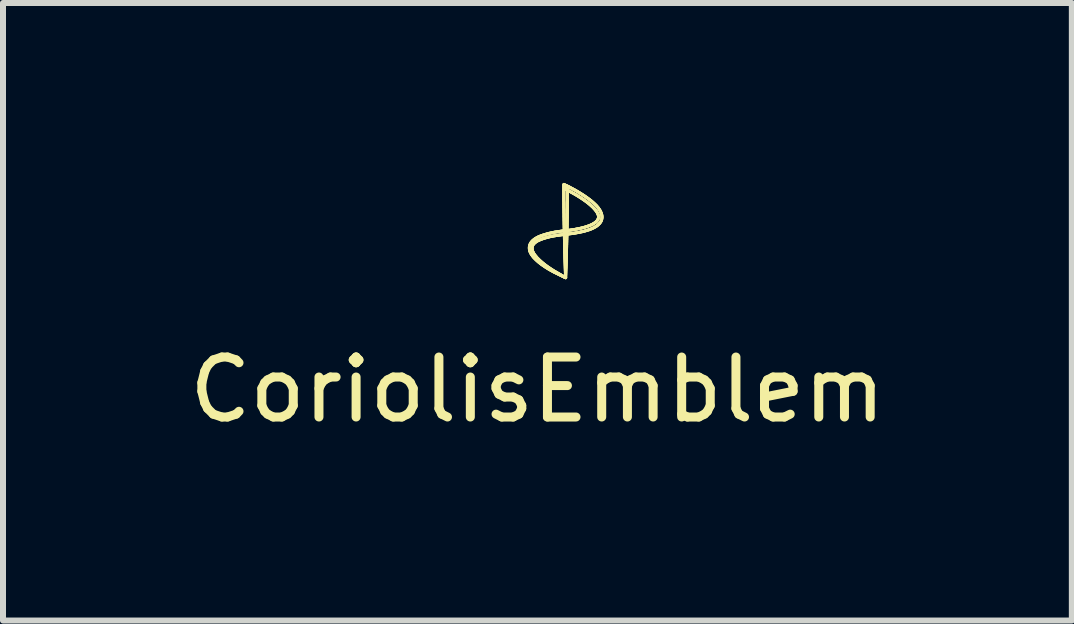
<source format=kicad_pcb>
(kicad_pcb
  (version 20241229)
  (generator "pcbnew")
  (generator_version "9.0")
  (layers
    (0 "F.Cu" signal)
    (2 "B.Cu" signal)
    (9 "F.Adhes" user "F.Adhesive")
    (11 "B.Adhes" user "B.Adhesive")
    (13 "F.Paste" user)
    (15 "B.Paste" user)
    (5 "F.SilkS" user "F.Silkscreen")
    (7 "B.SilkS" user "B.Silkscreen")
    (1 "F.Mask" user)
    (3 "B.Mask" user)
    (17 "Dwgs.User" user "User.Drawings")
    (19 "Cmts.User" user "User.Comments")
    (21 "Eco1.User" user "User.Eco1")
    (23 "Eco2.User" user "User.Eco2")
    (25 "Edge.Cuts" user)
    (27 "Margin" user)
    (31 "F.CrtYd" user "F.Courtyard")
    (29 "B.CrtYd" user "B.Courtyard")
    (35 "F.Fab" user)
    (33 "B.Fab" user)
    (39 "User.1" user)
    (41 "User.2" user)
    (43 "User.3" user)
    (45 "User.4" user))
  (footprint "CoriolisEmblem"
    (layer "F.Cu")
    (at 5.911 0.908)
    (property "Reference" "CoriolisEmblem" (at 0 2.54 0) (layer "F.SilkS") (effects (font (size 1 1) (thickness 0.15))))
    (attr through_hole)
    (fp_line (start -0.135 0.175) (end -0.135 0.186) (stroke (width 0.05) (type solid)) (layer "F.SilkS"))
    (fp_line (start -0.135 0.186) (end -0.134 0.196) (stroke (width 0.05) (type solid)) (layer "F.SilkS"))
    (fp_line (start -0.135 0.165) (end -0.135 0.175) (stroke (width 0.05) (type solid)) (layer "F.SilkS"))
    (fp_line (start -0.134 0.196) (end -0.133 0.206) (stroke (width 0.05) (type solid)) (layer "F.SilkS"))
    (fp_line (start -0.134 0.155) (end -0.135 0.165) (stroke (width 0.05) (type solid)) (layer "F.SilkS"))
    (fp_line (start -0.133 0.206) (end -0.131 0.216) (stroke (width 0.05) (type solid)) (layer "F.SilkS"))
    (fp_line (start -0.132 0.145) (end -0.134 0.155) (stroke (width 0.05) (type solid)) (layer "F.SilkS"))
    (fp_line (start -0.131 0.216) (end -0.128 0.225) (stroke (width 0.05) (type solid)) (layer "F.SilkS"))
    (fp_line (start -0.13 0.135) (end -0.132 0.145) (stroke (width 0.05) (type solid)) (layer "F.SilkS"))
    (fp_line (start -0.128 0.225) (end -0.125 0.235) (stroke (width 0.05) (type solid)) (layer "F.SilkS"))
    (fp_line (start -0.127 0.125) (end -0.13 0.135) (stroke (width 0.05) (type solid)) (layer "F.SilkS"))
    (fp_line (start -0.125 0.235) (end -0.121 0.245) (stroke (width 0.05) (type solid)) (layer "F.SilkS"))
    (fp_line (start -0.123 0.116) (end -0.127 0.125) (stroke (width 0.05) (type solid)) (layer "F.SilkS"))
    (fp_line (start -0.121 0.245) (end -0.117 0.254) (stroke (width 0.05) (type solid)) (layer "F.SilkS"))
    (fp_line (start -0.119 0.107) (end -0.123 0.116) (stroke (width 0.05) (type solid)) (layer "F.SilkS"))
    (fp_line (start -0.117 0.254) (end -0.112 0.263) (stroke (width 0.05) (type solid)) (layer "F.SilkS"))
    (fp_line (start -0.114 0.098) (end -0.119 0.107) (stroke (width 0.05) (type solid)) (layer "F.SilkS"))
    (fp_line (start -0.112 0.263) (end -0.107 0.273) (stroke (width 0.05) (type solid)) (layer "F.SilkS"))
    (fp_line (start -0.109 0.089) (end -0.114 0.098) (stroke (width 0.05) (type solid)) (layer "F.SilkS"))
    (fp_line (start -0.107 0.273) (end -0.102 0.281) (stroke (width 0.05) (type solid)) (layer "F.SilkS"))
    (fp_line (start -0.103 0.081) (end -0.109 0.089) (stroke (width 0.05) (type solid)) (layer "F.SilkS"))
    (fp_line (start -0.102 0.281) (end -0.096 0.29) (stroke (width 0.05) (type solid)) (layer "F.SilkS"))
    (fp_line (start -0.096 0.073) (end -0.103 0.081) (stroke (width 0.05) (type solid)) (layer "F.SilkS"))
    (fp_line (start -0.096 0.29) (end -0.09 0.299) (stroke (width 0.05) (type solid)) (layer "F.SilkS"))
    (fp_line (start -0.09 0.299) (end -0.084 0.307) (stroke (width 0.05) (type solid)) (layer "F.SilkS"))
    (fp_line (start -0.09 0.184) (end -0.09 0.174) (stroke (width 0.05) (type solid)) (layer "F.SilkS"))
    (fp_line (start -0.09 0.174) (end -0.089 0.164) (stroke (width 0.05) (type solid)) (layer "F.SilkS"))
    (fp_line (start -0.09 0.065) (end -0.096 0.073) (stroke (width 0.05) (type solid)) (layer "F.SilkS"))
    (fp_line (start -0.09 0.194) (end -0.09 0.184) (stroke (width 0.05) (type solid)) (layer "F.SilkS"))
    (fp_line (start -0.089 0.164) (end -0.087 0.155) (stroke (width 0.05) (type solid)) (layer "F.SilkS"))
    (fp_line (start -0.088 0.203) (end -0.09 0.194) (stroke (width 0.05) (type solid)) (layer "F.SilkS"))
    (fp_line (start -0.087 0.155) (end -0.084 0.145) (stroke (width 0.05) (type solid)) (layer "F.SilkS"))
    (fp_line (start -0.086 0.213) (end -0.088 0.203) (stroke (width 0.05) (type solid)) (layer "F.SilkS"))
    (fp_line (start -0.084 0.307) (end -0.078 0.315) (stroke (width 0.05) (type solid)) (layer "F.SilkS"))
    (fp_line (start -0.084 0.145) (end -0.08 0.136) (stroke (width 0.05) (type solid)) (layer "F.SilkS"))
    (fp_line (start -0.083 0.222) (end -0.086 0.213) (stroke (width 0.05) (type solid)) (layer "F.SilkS"))
    (fp_line (start -0.083 0.058) (end -0.09 0.065) (stroke (width 0.05) (type solid)) (layer "F.SilkS"))
    (fp_line (start -0.08 0.136) (end -0.076 0.127) (stroke (width 0.05) (type solid)) (layer "F.SilkS"))
    (fp_line (start -0.08 0.231) (end -0.083 0.222) (stroke (width 0.05) (type solid)) (layer "F.SilkS"))
    (fp_line (start -0.078 0.315) (end -0.071 0.323) (stroke (width 0.05) (type solid)) (layer "F.SilkS"))
    (fp_line (start -0.076 0.24) (end -0.08 0.231) (stroke (width 0.05) (type solid)) (layer "F.SilkS"))
    (fp_line (start -0.076 0.127) (end -0.071 0.119) (stroke (width 0.05) (type solid)) (layer "F.SilkS"))
    (fp_line (start -0.075 0.051) (end -0.083 0.058) (stroke (width 0.05) (type solid)) (layer "F.SilkS"))
    (fp_line (start -0.072 0.249) (end -0.076 0.24) (stroke (width 0.05) (type solid)) (layer "F.SilkS"))
    (fp_line (start -0.071 0.323) (end -0.065 0.331) (stroke (width 0.05) (type solid)) (layer "F.SilkS"))
    (fp_line (start -0.071 0.119) (end -0.065 0.111) (stroke (width 0.05) (type solid)) (layer "F.SilkS"))
    (fp_line (start -0.068 0.258) (end -0.072 0.249) (stroke (width 0.05) (type solid)) (layer "F.SilkS"))
    (fp_line (start -0.068 0.045) (end -0.075 0.051) (stroke (width 0.05) (type solid)) (layer "F.SilkS"))
    (fp_line (start -0.065 0.331) (end -0.058 0.339) (stroke (width 0.05) (type solid)) (layer "F.SilkS"))
    (fp_line (start -0.065 0.111) (end -0.058 0.104) (stroke (width 0.05) (type solid)) (layer "F.SilkS"))
    (fp_line (start -0.063 0.266) (end -0.068 0.258) (stroke (width 0.05) (type solid)) (layer "F.SilkS"))
    (fp_line (start -0.06 0.038) (end -0.068 0.045) (stroke (width 0.05) (type solid)) (layer "F.SilkS"))
    (fp_line (start -0.058 0.104) (end -0.051 0.096) (stroke (width 0.05) (type solid)) (layer "F.SilkS"))
    (fp_line (start -0.058 0.339) (end -0.051 0.346) (stroke (width 0.05) (type solid)) (layer "F.SilkS"))
    (fp_line (start -0.058 0.275) (end -0.063 0.266) (stroke (width 0.05) (type solid)) (layer "F.SilkS"))
    (fp_line (start -0.052 0.283) (end -0.058 0.275) (stroke (width 0.05) (type solid)) (layer "F.SilkS"))
    (fp_line (start -0.052 0.032) (end -0.06 0.038) (stroke (width 0.05) (type solid)) (layer "F.SilkS"))
    (fp_line (start -0.051 0.096) (end -0.043 0.089) (stroke (width 0.05) (type solid)) (layer "F.SilkS"))
    (fp_line (start -0.051 0.346) (end -0.043 0.354) (stroke (width 0.05) (type solid)) (layer "F.SilkS"))
    (fp_line (start -0.047 0.291) (end -0.052 0.283) (stroke (width 0.05) (type solid)) (layer "F.SilkS"))
    (fp_line (start -0.044 0.026) (end -0.052 0.032) (stroke (width 0.05) (type solid)) (layer "F.SilkS"))
    (fp_line (start -0.043 0.354) (end -0.036 0.361) (stroke (width 0.05) (type solid)) (layer "F.SilkS"))
    (fp_line (start -0.043 0.089) (end -0.036 0.083) (stroke (width 0.05) (type solid)) (layer "F.SilkS"))
    (fp_line (start -0.041 0.298) (end -0.047 0.291) (stroke (width 0.05) (type solid)) (layer "F.SilkS"))
    (fp_line (start -0.036 0.361) (end -0.029 0.368) (stroke (width 0.05) (type solid)) (layer "F.SilkS"))
    (fp_line (start -0.036 0.083) (end -0.027 0.077) (stroke (width 0.05) (type solid)) (layer "F.SilkS"))
    (fp_line (start -0.035 0.02) (end -0.044 0.026) (stroke (width 0.05) (type solid)) (layer "F.SilkS"))
    (fp_line (start -0.035 0.306) (end -0.041 0.298) (stroke (width 0.05) (type solid)) (layer "F.SilkS"))
    (fp_line (start -0.029 0.368) (end -0.022 0.375) (stroke (width 0.05) (type solid)) (layer "F.SilkS"))
    (fp_line (start -0.029 0.314) (end -0.035 0.306) (stroke (width 0.05) (type solid)) (layer "F.SilkS"))
    (fp_line (start -0.027 0.077) (end -0.019 0.071) (stroke (width 0.05) (type solid)) (layer "F.SilkS"))
    (fp_line (start -0.027 0.015) (end -0.035 0.02) (stroke (width 0.05) (type solid)) (layer "F.SilkS"))
    (fp_line (start -0.022 0.321) (end -0.029 0.314) (stroke (width 0.05) (type solid)) (layer "F.SilkS"))
    (fp_line (start -0.022 0.375) (end -0.014 0.382) (stroke (width 0.05) (type solid)) (layer "F.SilkS"))
    (fp_line (start -0.019 0.071) (end -0.01 0.065) (stroke (width 0.05) (type solid)) (layer "F.SilkS"))
    (fp_line (start -0.018 0.01) (end -0.027 0.015) (stroke (width 0.05) (type solid)) (layer "F.SilkS"))
    (fp_line (start -0.016 0.328) (end -0.022 0.321) (stroke (width 0.05) (type solid)) (layer "F.SilkS"))
    (fp_line (start -0.014 0.382) (end -0.007 0.389) (stroke (width 0.05) (type solid)) (layer "F.SilkS"))
    (fp_line (start -0.01 0.065) (end -0.002 0.06) (stroke (width 0.05) (type solid)) (layer "F.SilkS"))
    (fp_line (start -0.01 0.336) (end -0.016 0.328) (stroke (width 0.05) (type solid)) (layer "F.SilkS"))
    (fp_line (start -0.009 0.005) (end -0.018 0.01) (stroke (width 0.05) (type solid)) (layer "F.SilkS"))
    (fp_line (start -0.007 0.389) (end 0.001 0.396) (stroke (width 0.05) (type solid)) (layer "F.SilkS"))
    (fp_line (start -0.003 0.343) (end -0.01 0.336) (stroke (width 0.05) (type solid)) (layer "F.SilkS"))
    (fp_line (start -0.002 0.06) (end 0.007 0.056) (stroke (width 0.05) (type solid)) (layer "F.SilkS"))
    (fp_line (start 0 0) (end -0.009 0.005) (stroke (width 0.05) (type solid)) (layer "F.SilkS"))
    (fp_line (start 0.001 0.396) (end 0.009 0.402) (stroke (width 0.05) (type solid)) (layer "F.SilkS"))
    (fp_line (start 0.004 0.351) (end -0.003 0.343) (stroke (width 0.05) (type solid)) (layer "F.SilkS"))
    (fp_line (start 0.007 0.056) (end 0.017 0.051) (stroke (width 0.05) (type solid)) (layer "F.SilkS"))
    (fp_line (start 0.009 0.402) (end 0.016 0.409) (stroke (width 0.05) (type solid)) (layer "F.SilkS"))
    (fp_line (start 0.009 -0.005) (end 0 0) (stroke (width 0.05) (type solid)) (layer "F.SilkS"))
    (fp_line (start 0.012 0.358) (end 0.004 0.351) (stroke (width 0.05) (type solid)) (layer "F.SilkS"))
    (fp_line (start 0.016 0.409) (end 0.024 0.416) (stroke (width 0.05) (type solid)) (layer "F.SilkS"))
    (fp_line (start 0.017 0.051) (end 0.026 0.047) (stroke (width 0.05) (type solid)) (layer "F.SilkS"))
    (fp_line (start 0.018 -0.009) (end 0.009 -0.005) (stroke (width 0.05) (type solid)) (layer "F.SilkS"))
    (fp_line (start 0.019 0.365) (end 0.012 0.358) (stroke (width 0.05) (type solid)) (layer "F.SilkS"))
    (fp_line (start 0.024 0.416) (end 0.032 0.422) (stroke (width 0.05) (type solid)) (layer "F.SilkS"))
    (fp_line (start 0.026 0.047) (end 0.035 0.043) (stroke (width 0.05) (type solid)) (layer "F.SilkS"))
    (fp_line (start 0.026 0.372) (end 0.019 0.365) (stroke (width 0.05) (type solid)) (layer "F.SilkS"))
    (fp_line (start 0.027 -0.013) (end 0.018 -0.009) (stroke (width 0.05) (type solid)) (layer "F.SilkS"))
    (fp_line (start 0.032 0.422) (end 0.04 0.428) (stroke (width 0.05) (type solid)) (layer "F.SilkS"))
    (fp_line (start 0.033 0.379) (end 0.026 0.372) (stroke (width 0.05) (type solid)) (layer "F.SilkS"))
    (fp_line (start 0.035 0.043) (end 0.045 0.039) (stroke (width 0.05) (type solid)) (layer "F.SilkS"))
    (fp_line (start 0.037 -0.017) (end 0.027 -0.013) (stroke (width 0.05) (type solid)) (layer "F.SilkS"))
    (fp_line (start 0.04 0.428) (end 0.048 0.435) (stroke (width 0.05) (type solid)) (layer "F.SilkS"))
    (fp_line (start 0.041 0.386) (end 0.033 0.379) (stroke (width 0.05) (type solid)) (layer "F.SilkS"))
    (fp_line (start 0.045 0.039) (end 0.054 0.035) (stroke (width 0.05) (type solid)) (layer "F.SilkS"))
    (fp_line (start 0.046 -0.021) (end 0.037 -0.017) (stroke (width 0.05) (type solid)) (layer "F.SilkS"))
    (fp_line (start 0.048 0.435) (end 0.056 0.441) (stroke (width 0.05) (type solid)) (layer "F.SilkS"))
    (fp_line (start 0.048 0.393) (end 0.041 0.386) (stroke (width 0.05) (type solid)) (layer "F.SilkS"))
    (fp_line (start 0.054 0.035) (end 0.064 0.031) (stroke (width 0.05) (type solid)) (layer "F.SilkS"))
    (fp_line (start 0.056 -0.024) (end 0.046 -0.021) (stroke (width 0.05) (type solid)) (layer "F.SilkS"))
    (fp_line (start 0.056 0.4) (end 0.048 0.393) (stroke (width 0.05) (type solid)) (layer "F.SilkS"))
    (fp_line (start 0.056 0.441) (end 0.064 0.447) (stroke (width 0.05) (type solid)) (layer "F.SilkS"))
    (fp_line (start 0.064 0.031) (end 0.073 0.028) (stroke (width 0.05) (type solid)) (layer "F.SilkS"))
    (fp_line (start 0.064 0.407) (end 0.056 0.4) (stroke (width 0.05) (type solid)) (layer "F.SilkS"))
    (fp_line (start 0.064 0.447) (end 0.073 0.453) (stroke (width 0.05) (type solid)) (layer "F.SilkS"))
    (fp_line (start 0.065 -0.028) (end 0.056 -0.024) (stroke (width 0.05) (type solid)) (layer "F.SilkS"))
    (fp_line (start 0.071 0.414) (end 0.064 0.407) (stroke (width 0.05) (type solid)) (layer "F.SilkS"))
    (fp_line (start 0.073 0.453) (end 0.081 0.459) (stroke (width 0.05) (type solid)) (layer "F.SilkS"))
    (fp_line (start 0.073 0.028) (end 0.083 0.024) (stroke (width 0.05) (type solid)) (layer "F.SilkS"))
    (fp_line (start 0.075 -0.031) (end 0.065 -0.028) (stroke (width 0.05) (type solid)) (layer "F.SilkS"))
    (fp_line (start 0.079 0.42) (end 0.071 0.414) (stroke (width 0.05) (type solid)) (layer "F.SilkS"))
    (fp_line (start 0.081 0.459) (end 0.089 0.465) (stroke (width 0.05) (type solid)) (layer "F.SilkS"))
    (fp_line (start 0.083 0.024) (end 0.092 0.021) (stroke (width 0.05) (type solid)) (layer "F.SilkS"))
    (fp_line (start 0.084 -0.035) (end 0.075 -0.031) (stroke (width 0.05) (type solid)) (layer "F.SilkS"))
    (fp_line (start 0.087 0.427) (end 0.079 0.42) (stroke (width 0.05) (type solid)) (layer "F.SilkS"))
    (fp_line (start 0.089 0.465) (end 0.097 0.471) (stroke (width 0.05) (type solid)) (layer "F.SilkS"))
    (fp_line (start 0.092 0.021) (end 0.102 0.018) (stroke (width 0.05) (type solid)) (layer "F.SilkS"))
    (fp_line (start 0.094 -0.038) (end 0.084 -0.035) (stroke (width 0.05) (type solid)) (layer "F.SilkS"))
    (fp_line (start 0.095 0.433) (end 0.087 0.427) (stroke (width 0.05) (type solid)) (layer "F.SilkS"))
    (fp_line (start 0.097 0.471) (end 0.106 0.476) (stroke (width 0.05) (type solid)) (layer "F.SilkS"))
    (fp_line (start 0.102 0.018) (end 0.112 0.015) (stroke (width 0.05) (type solid)) (layer "F.SilkS"))
    (fp_line (start 0.103 0.44) (end 0.095 0.433) (stroke (width 0.05) (type solid)) (layer "F.SilkS"))
    (fp_line (start 0.104 -0.041) (end 0.094 -0.038) (stroke (width 0.05) (type solid)) (layer "F.SilkS"))
    (fp_line (start 0.106 0.476) (end 0.114 0.482) (stroke (width 0.05) (type solid)) (layer "F.SilkS"))
    (fp_line (start 0.111 0.446) (end 0.103 0.44) (stroke (width 0.05) (type solid)) (layer "F.SilkS"))
    (fp_line (start 0.112 0.015) (end 0.121 0.011) (stroke (width 0.05) (type solid)) (layer "F.SilkS"))
    (fp_line (start 0.114 -0.044) (end 0.104 -0.041) (stroke (width 0.05) (type solid)) (layer "F.SilkS"))
    (fp_line (start 0.114 0.482) (end 0.123 0.488) (stroke (width 0.05) (type solid)) (layer "F.SilkS"))
    (fp_line (start 0.119 0.452) (end 0.111 0.446) (stroke (width 0.05) (type solid)) (layer "F.SilkS"))
    (fp_line (start 0.121 0.011) (end 0.131 0.009) (stroke (width 0.05) (type solid)) (layer "F.SilkS"))
    (fp_line (start 0.123 0.488) (end 0.131 0.493) (stroke (width 0.05) (type solid)) (layer "F.SilkS"))
    (fp_line (start 0.123 -0.047) (end 0.114 -0.044) (stroke (width 0.05) (type solid)) (layer "F.SilkS"))
    (fp_line (start 0.127 0.458) (end 0.119 0.452) (stroke (width 0.05) (type solid)) (layer "F.SilkS"))
    (fp_line (start 0.131 0.493) (end 0.14 0.499) (stroke (width 0.05) (type solid)) (layer "F.SilkS"))
    (fp_line (start 0.131 0.009) (end 0.141 0.006) (stroke (width 0.05) (type solid)) (layer "F.SilkS"))
    (fp_line (start 0.133 -0.05) (end 0.123 -0.047) (stroke (width 0.05) (type solid)) (layer "F.SilkS"))
    (fp_line (start 0.135 0.465) (end 0.127 0.458) (stroke (width 0.05) (type solid)) (layer "F.SilkS"))
    (fp_line (start 0.14 0.499) (end 0.148 0.504) (stroke (width 0.05) (type solid)) (layer "F.SilkS"))
    (fp_line (start 0.141 0.006) (end 0.151 0.003) (stroke (width 0.05) (type solid)) (layer "F.SilkS"))
    (fp_line (start 0.143 -0.053) (end 0.133 -0.05) (stroke (width 0.05) (type solid)) (layer "F.SilkS"))
    (fp_line (start 0.143 0.471) (end 0.135 0.465) (stroke (width 0.05) (type solid)) (layer "F.SilkS"))
    (fp_line (start 0.148 0.504) (end 0.157 0.51) (stroke (width 0.05) (type solid)) (layer "F.SilkS"))
    (fp_line (start 0.151 0.003) (end 0.161 0.000319) (stroke (width 0.05) (type solid)) (layer "F.SilkS"))
    (fp_line (start 0.152 0.477) (end 0.143 0.471) (stroke (width 0.05) (type solid)) (layer "F.SilkS"))
    (fp_line (start 0.153 -0.056) (end 0.143 -0.053) (stroke (width 0.05) (type solid)) (layer "F.SilkS"))
    (fp_line (start 0.157 0.51) (end 0.166 0.515) (stroke (width 0.05) (type solid)) (layer "F.SilkS"))
    (fp_line (start 0.16 0.483) (end 0.152 0.477) (stroke (width 0.05) (type solid)) (layer "F.SilkS"))
    (fp_line (start 0.161 0.000319) (end 0.171 -0.002) (stroke (width 0.05) (type solid)) (layer "F.SilkS"))
    (fp_line (start 0.163 -0.059) (end 0.153 -0.056) (stroke (width 0.05) (type solid)) (layer "F.SilkS"))
    (fp_line (start 0.166 0.515) (end 0.174 0.52) (stroke (width 0.05) (type solid)) (layer "F.SilkS"))
    (fp_line (start 0.168 0.489) (end 0.16 0.483) (stroke (width 0.05) (type solid)) (layer "F.SilkS"))
    (fp_line (start 0.171 -0.002) (end 0.181 -0.005) (stroke (width 0.05) (type solid)) (layer "F.SilkS"))
    (fp_line (start 0.173 -0.062) (end 0.163 -0.059) (stroke (width 0.05) (type solid)) (layer "F.SilkS"))
    (fp_line (start 0.174 0.52) (end 0.183 0.526) (stroke (width 0.05) (type solid)) (layer "F.SilkS"))
    (fp_line (start 0.177 0.495) (end 0.168 0.489) (stroke (width 0.05) (type solid)) (layer "F.SilkS"))
    (fp_line (start 0.181 -0.005) (end 0.19 -0.007) (stroke (width 0.05) (type solid)) (layer "F.SilkS"))
    (fp_line (start 0.183 -0.064) (end 0.173 -0.062) (stroke (width 0.05) (type solid)) (layer "F.SilkS"))
    (fp_line (start 0.183 0.526) (end 0.192 0.531) (stroke (width 0.05) (type solid)) (layer "F.SilkS"))
    (fp_line (start 0.185 0.5) (end 0.177 0.495) (stroke (width 0.05) (type solid)) (layer "F.SilkS"))
    (fp_line (start 0.19 -0.007) (end 0.2 -0.01) (stroke (width 0.05) (type solid)) (layer "F.SilkS"))
    (fp_line (start 0.192 0.531) (end 0.2 0.536) (stroke (width 0.05) (type solid)) (layer "F.SilkS"))
    (fp_line (start 0.193 -0.067) (end 0.183 -0.064) (stroke (width 0.05) (type solid)) (layer "F.SilkS"))
    (fp_line (start 0.194 0.506) (end 0.185 0.5) (stroke (width 0.05) (type solid)) (layer "F.SilkS"))
    (fp_line (start 0.2 -0.01) (end 0.21 -0.012) (stroke (width 0.05) (type solid)) (layer "F.SilkS"))
    (fp_line (start 0.2 0.536) (end 0.209 0.541) (stroke (width 0.05) (type solid)) (layer "F.SilkS"))
    (fp_line (start 0.202 0.512) (end 0.194 0.506) (stroke (width 0.05) (type solid)) (layer "F.SilkS"))
    (fp_line (start 0.203 -0.069) (end 0.193 -0.067) (stroke (width 0.05) (type solid)) (layer "F.SilkS"))
    (fp_line (start 0.209 0.541) (end 0.218 0.546) (stroke (width 0.05) (type solid)) (layer "F.SilkS"))
    (fp_line (start 0.21 -0.012) (end 0.22 -0.014) (stroke (width 0.05) (type solid)) (layer "F.SilkS"))
    (fp_line (start 0.21 0.518) (end 0.202 0.512) (stroke (width 0.05) (type solid)) (layer "F.SilkS"))
    (fp_line (start 0.213 -0.071) (end 0.203 -0.069) (stroke (width 0.05) (type solid)) (layer "F.SilkS"))
    (fp_line (start 0.218 0.546) (end 0.227 0.551) (stroke (width 0.05) (type solid)) (layer "F.SilkS"))
    (fp_line (start 0.219 0.523) (end 0.21 0.518) (stroke (width 0.05) (type solid)) (layer "F.SilkS"))
    (fp_line (start 0.22 -0.014) (end 0.23 -0.016) (stroke (width 0.05) (type solid)) (layer "F.SilkS"))
    (fp_line (start 0.223 -0.074) (end 0.213 -0.071) (stroke (width 0.05) (type solid)) (layer "F.SilkS"))
    (fp_line (start 0.227 0.551) (end 0.236 0.556) (stroke (width 0.05) (type solid)) (layer "F.SilkS"))
    (fp_line (start 0.228 0.529) (end 0.219 0.523) (stroke (width 0.05) (type solid)) (layer "F.SilkS"))
    (fp_line (start 0.23 -0.016) (end 0.24 -0.018) (stroke (width 0.05) (type solid)) (layer "F.SilkS"))
    (fp_line (start 0.233 -0.076) (end 0.223 -0.074) (stroke (width 0.05) (type solid)) (layer "F.SilkS"))
    (fp_line (start 0.236 0.556) (end 0.245 0.561) (stroke (width 0.05) (type solid)) (layer "F.SilkS"))
    (fp_line (start 0.236 0.535) (end 0.228 0.529) (stroke (width 0.05) (type solid)) (layer "F.SilkS"))
    (fp_line (start 0.24 -0.018) (end 0.25 -0.02) (stroke (width 0.05) (type solid)) (layer "F.SilkS"))
    (fp_line (start 0.243 -0.078) (end 0.233 -0.076) (stroke (width 0.05) (type solid)) (layer "F.SilkS"))
    (fp_line (start 0.245 0.54) (end 0.236 0.535) (stroke (width 0.05) (type solid)) (layer "F.SilkS"))
    (fp_line (start 0.245 0.561) (end 0.254 0.566) (stroke (width 0.05) (type solid)) (layer "F.SilkS"))
    (fp_line (start 0.25 -0.02) (end 0.26 -0.022) (stroke (width 0.05) (type solid)) (layer "F.SilkS"))
    (fp_line (start 0.253 -0.08) (end 0.243 -0.078) (stroke (width 0.05) (type solid)) (layer "F.SilkS"))
    (fp_line (start 0.253 0.546) (end 0.245 0.54) (stroke (width 0.05) (type solid)) (layer "F.SilkS"))
    (fp_line (start 0.254 0.566) (end 0.263 0.571) (stroke (width 0.05) (type solid)) (layer "F.SilkS"))
    (fp_line (start 0.26 -0.022) (end 0.27 -0.024) (stroke (width 0.05) (type solid)) (layer "F.SilkS"))
    (fp_line (start 0.262 0.551) (end 0.253 0.546) (stroke (width 0.05) (type solid)) (layer "F.SilkS"))
    (fp_line (start 0.263 0.571) (end 0.272 0.576) (stroke (width 0.05) (type solid)) (layer "F.SilkS"))
    (fp_line (start 0.263 -0.082) (end 0.253 -0.08) (stroke (width 0.05) (type solid)) (layer "F.SilkS"))
    (fp_line (start 0.27 -0.024) (end 0.28 -0.026) (stroke (width 0.05) (type solid)) (layer "F.SilkS"))
    (fp_line (start 0.271 0.557) (end 0.262 0.551) (stroke (width 0.05) (type solid)) (layer "F.SilkS"))
    (fp_line (start 0.272 0.576) (end 0.281 0.581) (stroke (width 0.05) (type solid)) (layer "F.SilkS"))
    (fp_line (start 0.273 -0.084) (end 0.263 -0.082) (stroke (width 0.05) (type solid)) (layer "F.SilkS"))
    (fp_line (start 0.279 0.562) (end 0.271 0.557) (stroke (width 0.05) (type solid)) (layer "F.SilkS"))
    (fp_line (start 0.28 -0.026) (end 0.291 -0.027) (stroke (width 0.05) (type solid)) (layer "F.SilkS"))
    (fp_line (start 0.281 0.581) (end 0.29 0.585) (stroke (width 0.05) (type solid)) (layer "F.SilkS"))
    (fp_line (start 0.283 -0.086) (end 0.273 -0.084) (stroke (width 0.05) (type solid)) (layer "F.SilkS"))
    (fp_line (start 0.288 0.567) (end 0.279 0.562) (stroke (width 0.05) (type solid)) (layer "F.SilkS"))
    (fp_line (start 0.29 0.585) (end 0.299 0.589) (stroke (width 0.05) (type solid)) (layer "F.SilkS"))
    (fp_line (start 0.291 -0.027) (end 0.301 -0.029) (stroke (width 0.05) (type solid)) (layer "F.SilkS"))
    (fp_line (start 0.293 -0.088) (end 0.283 -0.086) (stroke (width 0.05) (type solid)) (layer "F.SilkS"))
    (fp_line (start 0.296 0.572) (end 0.288 0.567) (stroke (width 0.05) (type solid)) (layer "F.SilkS"))
    (fp_line (start 0.299 0.589) (end 0.308 0.594) (stroke (width 0.05) (type solid)) (layer "F.SilkS"))
    (fp_line (start 0.301 -0.029) (end 0.311 -0.031) (stroke (width 0.05) (type solid)) (layer "F.SilkS"))
    (fp_line (start 0.303 -0.09) (end 0.293 -0.088) (stroke (width 0.05) (type solid)) (layer "F.SilkS"))
    (fp_line (start 0.305 0.577) (end 0.296 0.572) (stroke (width 0.05) (type solid)) (layer "F.SilkS"))
    (fp_line (start 0.308 0.594) (end 0.317 0.598) (stroke (width 0.05) (type solid)) (layer "F.SilkS"))
    (fp_line (start 0.311 -0.031) (end 0.321 -0.032) (stroke (width 0.05) (type solid)) (layer "F.SilkS"))
    (fp_line (start 0.314 -0.091) (end 0.303 -0.09) (stroke (width 0.05) (type solid)) (layer "F.SilkS"))
    (fp_line (start 0.314 0.582) (end 0.305 0.577) (stroke (width 0.05) (type solid)) (layer "F.SilkS"))
    (fp_line (start 0.317 0.598) (end 0.326 0.603) (stroke (width 0.05) (type solid)) (layer "F.SilkS"))
    (fp_line (start 0.321 -0.032) (end 0.331 -0.034) (stroke (width 0.05) (type solid)) (layer "F.SilkS"))
    (fp_line (start 0.323 0.587) (end 0.314 0.582) (stroke (width 0.05) (type solid)) (layer "F.SilkS"))
    (fp_line (start 0.324 -0.093) (end 0.314 -0.091) (stroke (width 0.05) (type solid)) (layer "F.SilkS"))
    (fp_line (start 0.326 0.603) (end 0.335 0.607) (stroke (width 0.05) (type solid)) (layer "F.SilkS"))
    (fp_line (start 0.331 -0.034) (end 0.341 -0.035) (stroke (width 0.05) (type solid)) (layer "F.SilkS"))
    (fp_line (start 0.331 0.592) (end 0.323 0.587) (stroke (width 0.05) (type solid)) (layer "F.SilkS"))
    (fp_line (start 0.334 -0.095) (end 0.324 -0.093) (stroke (width 0.05) (type solid)) (layer "F.SilkS"))
    (fp_line (start 0.335 0.607) (end 0.344 0.611) (stroke (width 0.05) (type solid)) (layer "F.SilkS"))
    (fp_line (start 0.34 0.597) (end 0.331 0.592) (stroke (width 0.05) (type solid)) (layer "F.SilkS"))
    (fp_line (start 0.341 -0.035) (end 0.351 -0.037) (stroke (width 0.05) (type solid)) (layer "F.SilkS"))
    (fp_line (start 0.344 0.611) (end 0.353 0.616) (stroke (width 0.05) (type solid)) (layer "F.SilkS"))
    (fp_line (start 0.344 -0.096) (end 0.334 -0.095) (stroke (width 0.05) (type solid)) (layer "F.SilkS"))
    (fp_line (start 0.348 0.602) (end 0.34 0.597) (stroke (width 0.05) (type solid)) (layer "F.SilkS"))
    (fp_line (start 0.351 -0.037) (end 0.361 -0.038) (stroke (width 0.05) (type solid)) (layer "F.SilkS"))
    (fp_line (start 0.353 0.616) (end 0.361 0.62) (stroke (width 0.05) (type solid)) (layer "F.SilkS"))
    (fp_line (start 0.354 -0.098) (end 0.344 -0.096) (stroke (width 0.05) (type solid)) (layer "F.SilkS"))
    (fp_line (start 0.357 0.607) (end 0.348 0.602) (stroke (width 0.05) (type solid)) (layer "F.SilkS"))
    (fp_line (start 0.361 -0.038) (end 0.371 -0.04) (stroke (width 0.05) (type solid)) (layer "F.SilkS"))
    (fp_line (start 0.361 0.62) (end 0.37 0.624) (stroke (width 0.05) (type solid)) (layer "F.SilkS"))
    (fp_line (start 0.364 -0.099) (end 0.354 -0.098) (stroke (width 0.05) (type solid)) (layer "F.SilkS"))
    (fp_line (start 0.366 0.612) (end 0.357 0.607) (stroke (width 0.05) (type solid)) (layer "F.SilkS"))
    (fp_line (start 0.37 0.624) (end 0.379 0.629) (stroke (width 0.05) (type solid)) (layer "F.SilkS"))
    (fp_line (start 0.371 -0.04) (end 0.381 -0.041) (stroke (width 0.05) (type solid)) (layer "F.SilkS"))
    (fp_line (start 0.374 0.617) (end 0.366 0.612) (stroke (width 0.05) (type solid)) (layer "F.SilkS"))
    (fp_line (start 0.374 -0.1) (end 0.364 -0.099) (stroke (width 0.05) (type solid)) (layer "F.SilkS"))
    (fp_line (start 0.379 0.629) (end 0.389 0.633) (stroke (width 0.05) (type solid)) (layer "F.SilkS"))
    (fp_line (start 0.381 -0.041) (end 0.392 -0.042) (stroke (width 0.05) (type solid)) (layer "F.SilkS"))
    (fp_line (start 0.383 0.622) (end 0.374 0.617) (stroke (width 0.05) (type solid)) (layer "F.SilkS"))
    (fp_line (start 0.385 -0.102) (end 0.374 -0.1) (stroke (width 0.05) (type solid)) (layer "F.SilkS"))
    (fp_line (start 0.389 0.633) (end 0.398 0.638) (stroke (width 0.05) (type solid)) (layer "F.SilkS"))
    (fp_line (start 0.392 -0.042) (end 0.402 -0.044) (stroke (width 0.05) (type solid)) (layer "F.SilkS"))
    (fp_line (start 0.392 0.627) (end 0.383 0.622) (stroke (width 0.05) (type solid)) (layer "F.SilkS"))
    (fp_line (start 0.395 -0.103) (end 0.385 -0.102) (stroke (width 0.05) (type solid)) (layer "F.SilkS"))
    (fp_line (start 0.398 0.638) (end 0.407 0.642) (stroke (width 0.05) (type solid)) (layer "F.SilkS"))
    (fp_line (start 0.4 0.632) (end 0.392 0.627) (stroke (width 0.05) (type solid)) (layer "F.SilkS"))
    (fp_line (start 0.402 -0.044) (end 0.412 -0.045) (stroke (width 0.05) (type solid)) (layer "F.SilkS"))
    (fp_line (start 0.405 -0.105) (end 0.395 -0.103) (stroke (width 0.05) (type solid)) (layer "F.SilkS"))
    (fp_line (start 0.407 0.642) (end 0.416 0.646) (stroke (width 0.05) (type solid)) (layer "F.SilkS"))
    (fp_line (start 0.409 0.637) (end 0.4 0.632) (stroke (width 0.05) (type solid)) (layer "F.SilkS"))
    (fp_line (start 0.412 -0.045) (end 0.422 -0.046) (stroke (width 0.05) (type solid)) (layer "F.SilkS"))
    (fp_line (start 0.415 -0.106) (end 0.405 -0.105) (stroke (width 0.05) (type solid)) (layer "F.SilkS"))
    (fp_line (start 0.416 0.646) (end 0.425 0.651) (stroke (width 0.05) (type solid)) (layer "F.SilkS"))
    (fp_line (start 0.418 0.642) (end 0.409 0.637) (stroke (width 0.05) (type solid)) (layer "F.SilkS"))
    (fp_line (start 0.422 -0.046) (end 0.432 -0.047) (stroke (width 0.05) (type solid)) (layer "F.SilkS"))
    (fp_line (start 0.425 0.651) (end 0.434 0.655) (stroke (width 0.05) (type solid)) (layer "F.SilkS"))
    (fp_line (start 0.425 -0.107) (end 0.415 -0.106) (stroke (width 0.05) (type solid)) (layer "F.SilkS"))
    (fp_line (start 0.426 0.647) (end 0.418 0.642) (stroke (width 0.05) (type solid)) (layer "F.SilkS"))
    (fp_line (start 0.432 -0.047) (end 0.442 -0.049) (stroke (width 0.05) (type solid)) (layer "F.SilkS"))
    (fp_line (start 0.434 0.655) (end 0.443 0.659) (stroke (width 0.05) (type solid)) (layer "F.SilkS"))
    (fp_line (start 0.435 0.652) (end 0.426 0.647) (stroke (width 0.05) (type solid)) (layer "F.SilkS"))
    (fp_line (start 0.436 -0.108) (end 0.425 -0.107) (stroke (width 0.05) (type solid)) (layer "F.SilkS"))
    (fp_line (start 0.44 -0.883) (end 0.44 -0.874) (stroke (width 0.05) (type solid)) (layer "F.SilkS"))
    (fp_line (start 0.44 -0.874) (end 0.44 -0.864) (stroke (width 0.05) (type solid)) (layer "F.SilkS"))
    (fp_line (start 0.44 -0.864) (end 0.44 -0.855) (stroke (width 0.05) (type solid)) (layer "F.SilkS"))
    (fp_line (start 0.44 -0.855) (end 0.44 -0.845) (stroke (width 0.05) (type solid)) (layer "F.SilkS"))
    (fp_line (start 0.44 -0.845) (end 0.44 -0.836) (stroke (width 0.05) (type solid)) (layer "F.SilkS"))
    (fp_line (start 0.44 -0.836) (end 0.44 -0.825) (stroke (width 0.05) (type solid)) (layer "F.SilkS"))
    (fp_line (start 0.44 -0.825) (end 0.44 -0.815) (stroke (width 0.05) (type solid)) (layer "F.SilkS"))
    (fp_line (start 0.44 -0.815) (end 0.44 -0.805) (stroke (width 0.05) (type solid)) (layer "F.SilkS"))
    (fp_line (start 0.44 -0.805) (end 0.44 -0.794) (stroke (width 0.05) (type solid)) (layer "F.SilkS"))
    (fp_line (start 0.44 -0.794) (end 0.44 -0.784) (stroke (width 0.05) (type solid)) (layer "F.SilkS"))
    (fp_line (start 0.44 -0.784) (end 0.44 -0.773) (stroke (width 0.05) (type solid)) (layer "F.SilkS"))
    (fp_line (start 0.44 -0.773) (end 0.44 -0.763) (stroke (width 0.05) (type solid)) (layer "F.SilkS"))
    (fp_line (start 0.44 -0.763) (end 0.44 -0.753) (stroke (width 0.05) (type solid)) (layer "F.SilkS"))
    (fp_line (start 0.44 -0.753) (end 0.44 -0.742) (stroke (width 0.05) (type solid)) (layer "F.SilkS"))
    (fp_line (start 0.44 -0.742) (end 0.44 -0.732) (stroke (width 0.05) (type solid)) (layer "F.SilkS"))
    (fp_line (start 0.44 -0.732) (end 0.44 -0.721) (stroke (width 0.05) (type solid)) (layer "F.SilkS"))
    (fp_line (start 0.44 -0.721) (end 0.44 -0.711) (stroke (width 0.05) (type solid)) (layer "F.SilkS"))
    (fp_line (start 0.44 -0.711) (end 0.44 -0.701) (stroke (width 0.05) (type solid)) (layer "F.SilkS"))
    (fp_line (start 0.44 -0.701) (end 0.44 -0.69) (stroke (width 0.05) (type solid)) (layer "F.SilkS"))
    (fp_line (start 0.44 -0.69) (end 0.44 -0.68) (stroke (width 0.05) (type solid)) (layer "F.SilkS"))
    (fp_line (start 0.44 -0.68) (end 0.44 -0.669) (stroke (width 0.05) (type solid)) (layer "F.SilkS"))
    (fp_line (start 0.44 -0.669) (end 0.44 -0.659) (stroke (width 0.05) (type solid)) (layer "F.SilkS"))
    (fp_line (start 0.44 -0.659) (end 0.44 -0.649) (stroke (width 0.05) (type solid)) (layer "F.SilkS"))
    (fp_line (start 0.44 -0.649) (end 0.44 -0.638) (stroke (width 0.05) (type solid)) (layer "F.SilkS"))
    (fp_line (start 0.44 -0.638) (end 0.44 -0.628) (stroke (width 0.05) (type solid)) (layer "F.SilkS"))
    (fp_line (start 0.44 -0.628) (end 0.44 -0.617) (stroke (width 0.05) (type solid)) (layer "F.SilkS"))
    (fp_line (start 0.44 -0.617) (end 0.44 -0.607) (stroke (width 0.05) (type solid)) (layer "F.SilkS"))
    (fp_line (start 0.44 -0.607) (end 0.441 -0.597) (stroke (width 0.05) (type solid)) (layer "F.SilkS"))
    (fp_line (start 0.441 -0.597) (end 0.441 -0.586) (stroke (width 0.05) (type solid)) (layer "F.SilkS"))
    (fp_line (start 0.441 -0.586) (end 0.441 -0.576) (stroke (width 0.05) (type solid)) (layer "F.SilkS"))
    (fp_line (start 0.441 -0.576) (end 0.441 -0.565) (stroke (width 0.05) (type solid)) (layer "F.SilkS"))
    (fp_line (start 0.441 -0.565) (end 0.441 -0.555) (stroke (width 0.05) (type solid)) (layer "F.SilkS"))
    (fp_line (start 0.441 -0.555) (end 0.441 -0.545) (stroke (width 0.05) (type solid)) (layer "F.SilkS"))
    (fp_line (start 0.441 -0.545) (end 0.441 -0.534) (stroke (width 0.05) (type solid)) (layer "F.SilkS"))
    (fp_line (start 0.441 -0.534) (end 0.441 -0.524) (stroke (width 0.05) (type solid)) (layer "F.SilkS"))
    (fp_line (start 0.441 -0.524) (end 0.441 -0.513) (stroke (width 0.05) (type solid)) (layer "F.SilkS"))
    (fp_line (start 0.441 -0.513) (end 0.441 -0.503) (stroke (width 0.05) (type solid)) (layer "F.SilkS"))
    (fp_line (start 0.441 -0.503) (end 0.441 -0.493) (stroke (width 0.05) (type solid)) (layer "F.SilkS"))
    (fp_line (start 0.441 -0.493) (end 0.442 -0.482) (stroke (width 0.05) (type solid)) (layer "F.SilkS"))
    (fp_line (start 0.442 -0.482) (end 0.442 -0.472) (stroke (width 0.05) (type solid)) (layer "F.SilkS"))
    (fp_line (start 0.442 -0.472) (end 0.442 -0.461) (stroke (width 0.05) (type solid)) (layer "F.SilkS"))
    (fp_line (start 0.442 -0.461) (end 0.442 -0.451) (stroke (width 0.05) (type solid)) (layer "F.SilkS"))
    (fp_line (start 0.442 -0.451) (end 0.442 -0.441) (stroke (width 0.05) (type solid)) (layer "F.SilkS"))
    (fp_line (start 0.442 -0.441) (end 0.442 -0.43) (stroke (width 0.05) (type solid)) (layer "F.SilkS"))
    (fp_line (start 0.442 -0.43) (end 0.442 -0.42) (stroke (width 0.05) (type solid)) (layer "F.SilkS"))
    (fp_line (start 0.442 -0.42) (end 0.442 -0.409) (stroke (width 0.05) (type solid)) (layer "F.SilkS"))
    (fp_line (start 0.442 -0.049) (end 0.452 -0.05) (stroke (width 0.05) (type solid)) (layer "F.SilkS"))
    (fp_line (start 0.442 -0.409) (end 0.443 -0.399) (stroke (width 0.05) (type solid)) (layer "F.SilkS"))
    (fp_line (start 0.443 0.659) (end 0.452 0.664) (stroke (width 0.05) (type solid)) (layer "F.SilkS"))
    (fp_line (start 0.443 -0.399) (end 0.443 -0.389) (stroke (width 0.05) (type solid)) (layer "F.SilkS"))
    (fp_line (start 0.443 -0.389) (end 0.443 -0.378) (stroke (width 0.05) (type solid)) (layer "F.SilkS"))
    (fp_line (start 0.443 -0.378) (end 0.443 -0.368) (stroke (width 0.05) (type solid)) (layer "F.SilkS"))
    (fp_line (start 0.443 -0.368) (end 0.443 -0.357) (stroke (width 0.05) (type solid)) (layer "F.SilkS"))
    (fp_line (start 0.443 -0.357) (end 0.443 -0.347) (stroke (width 0.05) (type solid)) (layer "F.SilkS"))
    (fp_line (start 0.443 -0.347) (end 0.443 -0.337) (stroke (width 0.05) (type solid)) (layer "F.SilkS"))
    (fp_line (start 0.443 -0.337) (end 0.444 -0.326) (stroke (width 0.05) (type solid)) (layer "F.SilkS"))
    (fp_line (start 0.444 -0.326) (end 0.444 -0.316) (stroke (width 0.05) (type solid)) (layer "F.SilkS"))
    (fp_line (start 0.444 0.657) (end 0.435 0.652) (stroke (width 0.05) (type solid)) (layer "F.SilkS"))
    (fp_line (start 0.444 -0.316) (end 0.444 -0.305) (stroke (width 0.05) (type solid)) (layer "F.SilkS"))
    (fp_line (start 0.444 -0.305) (end 0.444 -0.295) (stroke (width 0.05) (type solid)) (layer "F.SilkS"))
    (fp_line (start 0.444 -0.295) (end 0.444 -0.285) (stroke (width 0.05) (type solid)) (layer "F.SilkS"))
    (fp_line (start 0.444 -0.285) (end 0.444 -0.274) (stroke (width 0.05) (type solid)) (layer "F.SilkS"))
    (fp_line (start 0.444 -0.274) (end 0.445 -0.264) (stroke (width 0.05) (type solid)) (layer "F.SilkS"))
    (fp_line (start 0.445 -0.264) (end 0.445 -0.253) (stroke (width 0.05) (type solid)) (layer "F.SilkS"))
    (fp_line (start 0.445 -0.253) (end 0.445 -0.243) (stroke (width 0.05) (type solid)) (layer "F.SilkS"))
    (fp_line (start 0.445 -0.243) (end 0.445 -0.233) (stroke (width 0.05) (type solid)) (layer "F.SilkS"))
    (fp_line (start 0.445 -0.233) (end 0.445 -0.222) (stroke (width 0.05) (type solid)) (layer "F.SilkS"))
    (fp_line (start 0.445 -0.222) (end 0.445 -0.212) (stroke (width 0.05) (type solid)) (layer "F.SilkS"))
    (fp_line (start 0.445 -0.212) (end 0.446 -0.201) (stroke (width 0.05) (type solid)) (layer "F.SilkS"))
    (fp_line (start 0.446 -0.201) (end 0.446 -0.191) (stroke (width 0.05) (type solid)) (layer "F.SilkS"))
    (fp_line (start 0.446 -0.191) (end 0.446 -0.181) (stroke (width 0.05) (type solid)) (layer "F.SilkS"))
    (fp_line (start 0.446 -0.109) (end 0.436 -0.108) (stroke (width 0.05) (type solid)) (layer "F.SilkS"))
    (fp_line (start 0.446 -0.181) (end 0.446 -0.17) (stroke (width 0.05) (type solid)) (layer "F.SilkS"))
    (fp_line (start 0.446 -0.17) (end 0.446 -0.16) (stroke (width 0.05) (type solid)) (layer "F.SilkS"))
    (fp_line (start 0.446 -0.16) (end 0.447 -0.149) (stroke (width 0.05) (type solid)) (layer "F.SilkS"))
    (fp_line (start 0.447 -0.149) (end 0.447 -0.139) (stroke (width 0.05) (type solid)) (layer "F.SilkS"))
    (fp_line (start 0.447 -0.139) (end 0.447 -0.129) (stroke (width 0.05) (type solid)) (layer "F.SilkS"))
    (fp_line (start 0.447 -0.129) (end 0.447 -0.118) (stroke (width 0.05) (type solid)) (layer "F.SilkS"))
    (fp_line (start 0.447 -0.118) (end 0.447 -0.108) (stroke (width 0.05) (type solid)) (layer "F.SilkS"))
    (fp_line (start 0.447 -0.108) (end 0.448 -0.097) (stroke (width 0.05) (type solid)) (layer "F.SilkS"))
    (fp_line (start 0.448 -0.097) (end 0.448 -0.087) (stroke (width 0.05) (type solid)) (layer "F.SilkS"))
    (fp_line (start 0.448 -0.087) (end 0.448 -0.076) (stroke (width 0.05) (type solid)) (layer "F.SilkS"))
    (fp_line (start 0.448 -0.076) (end 0.448 -0.066) (stroke (width 0.05) (type solid)) (layer "F.SilkS"))
    (fp_line (start 0.448 -0.879) (end 0.44 -0.883) (stroke (width 0.05) (type solid)) (layer "F.SilkS"))
    (fp_line (start 0.448 -0.066) (end 0.448 -0.056) (stroke (width 0.05) (type solid)) (layer "F.SilkS"))
    (fp_line (start 0.448 -0.056) (end 0.449 -0.045) (stroke (width 0.05) (type solid)) (layer "F.SilkS"))
    (fp_line (start 0.449 -0.045) (end 0.449 -0.035) (stroke (width 0.05) (type solid)) (layer "F.SilkS"))
    (fp_line (start 0.449 -0.035) (end 0.449 -0.024) (stroke (width 0.05) (type solid)) (layer "F.SilkS"))
    (fp_line (start 0.449 -0.024) (end 0.449 -0.014) (stroke (width 0.05) (type solid)) (layer "F.SilkS"))
    (fp_line (start 0.449 -0.014) (end 0.45 -0.004) (stroke (width 0.05) (type solid)) (layer "F.SilkS"))
    (fp_line (start 0.45 -0.004) (end 0.45 0.007) (stroke (width 0.05) (type solid)) (layer "F.SilkS"))
    (fp_line (start 0.45 0.007) (end 0.45 0.017) (stroke (width 0.05) (type solid)) (layer "F.SilkS"))
    (fp_line (start 0.45 0.017) (end 0.45 0.028) (stroke (width 0.05) (type solid)) (layer "F.SilkS"))
    (fp_line (start 0.45 0.028) (end 0.451 0.038) (stroke (width 0.05) (type solid)) (layer "F.SilkS"))
    (fp_line (start 0.451 0.038) (end 0.451 0.048) (stroke (width 0.05) (type solid)) (layer "F.SilkS"))
    (fp_line (start 0.451 0.048) (end 0.451 0.059) (stroke (width 0.05) (type solid)) (layer "F.SilkS"))
    (fp_line (start 0.451 0.059) (end 0.451 0.069) (stroke (width 0.05) (type solid)) (layer "F.SilkS"))
    (fp_line (start 0.451 0.069) (end 0.451 0.08) (stroke (width 0.05) (type solid)) (layer "F.SilkS"))
    (fp_line (start 0.451 0.08) (end 0.452 0.09) (stroke (width 0.05) (type solid)) (layer "F.SilkS"))
    (fp_line (start 0.452 0.664) (end 0.461 0.668) (stroke (width 0.05) (type solid)) (layer "F.SilkS"))
    (fp_line (start 0.452 0.09) (end 0.452 0.1) (stroke (width 0.05) (type solid)) (layer "F.SilkS"))
    (fp_line (start 0.452 0.1) (end 0.452 0.111) (stroke (width 0.05) (type solid)) (layer "F.SilkS"))
    (fp_line (start 0.452 0.111) (end 0.453 0.121) (stroke (width 0.05) (type solid)) (layer "F.SilkS"))
    (fp_line (start 0.452 0.662) (end 0.444 0.657) (stroke (width 0.05) (type solid)) (layer "F.SilkS"))
    (fp_line (start 0.452 -0.05) (end 0.463 -0.051) (stroke (width 0.05) (type solid)) (layer "F.SilkS"))
    (fp_line (start 0.453 0.121) (end 0.453 0.132) (stroke (width 0.05) (type solid)) (layer "F.SilkS"))
    (fp_line (start 0.453 0.132) (end 0.453 0.142) (stroke (width 0.05) (type solid)) (layer "F.SilkS"))
    (fp_line (start 0.453 0.142) (end 0.453 0.152) (stroke (width 0.05) (type solid)) (layer "F.SilkS"))
    (fp_line (start 0.453 0.152) (end 0.454 0.163) (stroke (width 0.05) (type solid)) (layer "F.SilkS"))
    (fp_line (start 0.454 0.163) (end 0.454 0.173) (stroke (width 0.05) (type solid)) (layer "F.SilkS"))
    (fp_line (start 0.454 0.173) (end 0.454 0.184) (stroke (width 0.05) (type solid)) (layer "F.SilkS"))
    (fp_line (start 0.454 0.184) (end 0.454 0.194) (stroke (width 0.05) (type solid)) (layer "F.SilkS"))
    (fp_line (start 0.454 0.194) (end 0.455 0.204) (stroke (width 0.05) (type solid)) (layer "F.SilkS"))
    (fp_line (start 0.455 0.204) (end 0.455 0.215) (stroke (width 0.05) (type solid)) (layer "F.SilkS"))
    (fp_line (start 0.455 0.215) (end 0.455 0.225) (stroke (width 0.05) (type solid)) (layer "F.SilkS"))
    (fp_line (start 0.455 0.225) (end 0.455 0.236) (stroke (width 0.05) (type solid)) (layer "F.SilkS"))
    (fp_line (start 0.455 0.236) (end 0.456 0.246) (stroke (width 0.05) (type solid)) (layer "F.SilkS"))
    (fp_line (start 0.456 0.246) (end 0.456 0.256) (stroke (width 0.05) (type solid)) (layer "F.SilkS"))
    (fp_line (start 0.456 0.256) (end 0.456 0.267) (stroke (width 0.05) (type solid)) (layer "F.SilkS"))
    (fp_line (start 0.456 -0.111) (end 0.446 -0.109) (stroke (width 0.05) (type solid)) (layer "F.SilkS"))
    (fp_line (start 0.456 0.267) (end 0.457 0.277) (stroke (width 0.05) (type solid)) (layer "F.SilkS"))
    (fp_line (start 0.457 0.277) (end 0.457 0.288) (stroke (width 0.05) (type solid)) (layer "F.SilkS"))
    (fp_line (start 0.457 -0.875) (end 0.448 -0.879) (stroke (width 0.05) (type solid)) (layer "F.SilkS"))
    (fp_line (start 0.457 -0.809) (end 0.464 -0.805) (stroke (width 0.05) (type solid)) (layer "F.SilkS"))
    (fp_line (start 0.457 0.288) (end 0.457 0.298) (stroke (width 0.05) (type solid)) (layer "F.SilkS"))
    (fp_line (start 0.457 0.298) (end 0.458 0.308) (stroke (width 0.05) (type solid)) (layer "F.SilkS"))
    (fp_line (start 0.458 0.308) (end 0.458 0.319) (stroke (width 0.05) (type solid)) (layer "F.SilkS"))
    (fp_line (start 0.458 0.319) (end 0.458 0.329) (stroke (width 0.05) (type solid)) (layer "F.SilkS"))
    (fp_line (start 0.458 0.329) (end 0.458 0.34) (stroke (width 0.05) (type solid)) (layer "F.SilkS"))
    (fp_line (start 0.458 0.34) (end 0.459 0.35) (stroke (width 0.05) (type solid)) (layer "F.SilkS"))
    (fp_line (start 0.459 0.35) (end 0.459 0.36) (stroke (width 0.05) (type solid)) (layer "F.SilkS"))
    (fp_line (start 0.459 0.36) (end 0.459 0.371) (stroke (width 0.05) (type solid)) (layer "F.SilkS"))
    (fp_line (start 0.459 0.371) (end 0.46 0.381) (stroke (width 0.05) (type solid)) (layer "F.SilkS"))
    (fp_line (start 0.46 0.381) (end 0.46 0.392) (stroke (width 0.05) (type solid)) (layer "F.SilkS"))
    (fp_line (start 0.46 0.392) (end 0.46 0.402) (stroke (width 0.05) (type solid)) (layer "F.SilkS"))
    (fp_line (start 0.46 0.402) (end 0.461 0.412) (stroke (width 0.05) (type solid)) (layer "F.SilkS"))
    (fp_line (start 0.461 0.668) (end 0.47 0.672) (stroke (width 0.05) (type solid)) (layer "F.SilkS"))
    (fp_line (start 0.461 0.412) (end 0.461 0.423) (stroke (width 0.05) (type solid)) (layer "F.SilkS"))
    (fp_line (start 0.461 0.667) (end 0.452 0.662) (stroke (width 0.05) (type solid)) (layer "F.SilkS"))
    (fp_line (start 0.461 0.423) (end 0.461 0.433) (stroke (width 0.05) (type solid)) (layer "F.SilkS"))
    (fp_line (start 0.461 0.433) (end 0.462 0.444) (stroke (width 0.05) (type solid)) (layer "F.SilkS"))
    (fp_line (start 0.462 0.444) (end 0.462 0.454) (stroke (width 0.05) (type solid)) (layer "F.SilkS"))
    (fp_line (start 0.462 0.454) (end 0.462 0.464) (stroke (width 0.05) (type solid)) (layer "F.SilkS"))
    (fp_line (start 0.462 0.464) (end 0.463 0.475) (stroke (width 0.05) (type solid)) (layer "F.SilkS"))
    (fp_line (start 0.463 -0.051) (end 0.473 -0.052) (stroke (width 0.05) (type solid)) (layer "F.SilkS"))
    (fp_line (start 0.463 0.475) (end 0.463 0.485) (stroke (width 0.05) (type solid)) (layer "F.SilkS"))
    (fp_line (start 0.463 0.485) (end 0.463 0.496) (stroke (width 0.05) (type solid)) (layer "F.SilkS"))
    (fp_line (start 0.463 0.496) (end 0.464 0.506) (stroke (width 0.05) (type solid)) (layer "F.SilkS"))
    (fp_line (start 0.464 0.506) (end 0.464 0.516) (stroke (width 0.05) (type solid)) (layer "F.SilkS"))
    (fp_line (start 0.464 -0.805) (end 0.471 -0.802) (stroke (width 0.05) (type solid)) (layer "F.SilkS"))
    (fp_line (start 0.464 0.516) (end 0.464 0.527) (stroke (width 0.05) (type solid)) (layer "F.SilkS"))
    (fp_line (start 0.464 0.527) (end 0.465 0.537) (stroke (width 0.05) (type solid)) (layer "F.SilkS"))
    (fp_line (start 0.465 0.537) (end 0.465 0.548) (stroke (width 0.05) (type solid)) (layer "F.SilkS"))
    (fp_line (start 0.465 0.548) (end 0.465 0.558) (stroke (width 0.05) (type solid)) (layer "F.SilkS"))
    (fp_line (start 0.465 -0.871) (end 0.457 -0.875) (stroke (width 0.05) (type solid)) (layer "F.SilkS"))
    (fp_line (start 0.465 -0.814) (end 0.457 -0.809) (stroke (width 0.05) (type solid)) (layer "F.SilkS"))
    (fp_line (start 0.465 0.558) (end 0.466 0.568) (stroke (width 0.05) (type solid)) (layer "F.SilkS"))
    (fp_line (start 0.466 0.568) (end 0.466 0.579) (stroke (width 0.05) (type solid)) (layer "F.SilkS"))
    (fp_line (start 0.466 0.579) (end 0.466 0.589) (stroke (width 0.05) (type solid)) (layer "F.SilkS"))
    (fp_line (start 0.466 -0.112) (end 0.466 -0.112) (stroke (width 0.05) (type solid)) (layer "F.SilkS"))
    (fp_line (start 0.466 -0.112) (end 0.456 -0.111) (stroke (width 0.05) (type solid)) (layer "F.SilkS"))
    (fp_line (start 0.466 -0.112) (end 0.466 -0.112) (stroke (width 0.05) (type solid)) (layer "F.SilkS"))
    (fp_line (start 0.466 0.589) (end 0.467 0.6) (stroke (width 0.05) (type solid)) (layer "F.SilkS"))
    (fp_line (start 0.467 0.6) (end 0.467 0.61) (stroke (width 0.05) (type solid)) (layer "F.SilkS"))
    (fp_line (start 0.467 0.61) (end 0.468 0.62) (stroke (width 0.05) (type solid)) (layer "F.SilkS"))
    (fp_line (start 0.468 0.62) (end 0.468 0.631) (stroke (width 0.05) (type solid)) (layer "F.SilkS"))
    (fp_line (start 0.468 0.631) (end 0.468 0.641) (stroke (width 0.05) (type solid)) (layer "F.SilkS"))
    (fp_line (start 0.468 0.641) (end 0.469 0.652) (stroke (width 0.05) (type solid)) (layer "F.SilkS"))
    (fp_line (start 0.469 0.652) (end 0.469 0.662) (stroke (width 0.05) (type solid)) (layer "F.SilkS"))
    (fp_line (start 0.469 0.662) (end 0.47 0.672) (stroke (width 0.05) (type solid)) (layer "F.SilkS"))
    (fp_line (start 0.47 0.672) (end 0.461 0.667) (stroke (width 0.05) (type solid)) (layer "F.SilkS"))
    (fp_line (start 0.47 0.672) (end 0.47 0.662) (stroke (width 0.05) (type solid)) (layer "F.SilkS"))
    (fp_line (start 0.47 0.662) (end 0.47 0.652) (stroke (width 0.05) (type solid)) (layer "F.SilkS"))
    (fp_line (start 0.47 0.652) (end 0.471 0.641) (stroke (width 0.05) (type solid)) (layer "F.SilkS"))
    (fp_line (start 0.471 -0.802) (end 0.478 -0.798) (stroke (width 0.05) (type solid)) (layer "F.SilkS"))
    (fp_line (start 0.471 0.641) (end 0.471 0.631) (stroke (width 0.05) (type solid)) (layer "F.SilkS"))
    (fp_line (start 0.471 0.631) (end 0.472 0.62) (stroke (width 0.05) (type solid)) (layer "F.SilkS"))
    (fp_line (start 0.472 0.62) (end 0.472 0.61) (stroke (width 0.05) (type solid)) (layer "F.SilkS"))
    (fp_line (start 0.472 0.61) (end 0.472 0.6) (stroke (width 0.05) (type solid)) (layer "F.SilkS"))
    (fp_line (start 0.472 0.6) (end 0.473 0.589) (stroke (width 0.05) (type solid)) (layer "F.SilkS"))
    (fp_line (start 0.473 0.589) (end 0.473 0.579) (stroke (width 0.05) (type solid)) (layer "F.SilkS"))
    (fp_line (start 0.473 -0.052) (end 0.473 -0.052) (stroke (width 0.05) (type solid)) (layer "F.SilkS"))
    (fp_line (start 0.473 -0.052) (end 0.483 -0.053) (stroke (width 0.05) (type solid)) (layer "F.SilkS"))
    (fp_line (start 0.473 0.579) (end 0.473 0.568) (stroke (width 0.05) (type solid)) (layer "F.SilkS"))
    (fp_line (start 0.473 0.568) (end 0.474 0.558) (stroke (width 0.05) (type solid)) (layer "F.SilkS"))
    (fp_line (start 0.474 0.558) (end 0.474 0.548) (stroke (width 0.05) (type solid)) (layer "F.SilkS"))
    (fp_line (start 0.474 -0.867) (end 0.465 -0.871) (stroke (width 0.05) (type solid)) (layer "F.SilkS"))
    (fp_line (start 0.474 -0.82) (end 0.465 -0.814) (stroke (width 0.05) (type solid)) (layer "F.SilkS"))
    (fp_line (start 0.474 0.548) (end 0.474 0.537) (stroke (width 0.05) (type solid)) (layer "F.SilkS"))
    (fp_line (start 0.474 0.537) (end 0.475 0.527) (stroke (width 0.05) (type solid)) (layer "F.SilkS"))
    (fp_line (start 0.475 0.527) (end 0.475 0.516) (stroke (width 0.05) (type solid)) (layer "F.SilkS"))
    (fp_line (start 0.475 0.516) (end 0.476 0.506) (stroke (width 0.05) (type solid)) (layer "F.SilkS"))
    (fp_line (start 0.476 0.506) (end 0.476 0.496) (stroke (width 0.05) (type solid)) (layer "F.SilkS"))
    (fp_line (start 0.476 0.496) (end 0.476 0.485) (stroke (width 0.05) (type solid)) (layer "F.SilkS"))
    (fp_line (start 0.476 0.485) (end 0.477 0.475) (stroke (width 0.05) (type solid)) (layer "F.SilkS"))
    (fp_line (start 0.476 -0.113) (end 0.466 -0.112) (stroke (width 0.05) (type solid)) (layer "F.SilkS"))
    (fp_line (start 0.477 0.475) (end 0.477 0.464) (stroke (width 0.05) (type solid)) (layer "F.SilkS"))
    (fp_line (start 0.477 0.464) (end 0.477 0.454) (stroke (width 0.05) (type solid)) (layer "F.SilkS"))
    (fp_line (start 0.477 0.454) (end 0.478 0.444) (stroke (width 0.05) (type solid)) (layer "F.SilkS"))
    (fp_line (start 0.478 0.444) (end 0.478 0.433) (stroke (width 0.05) (type solid)) (layer "F.SilkS"))
    (fp_line (start 0.478 0.433) (end 0.478 0.423) (stroke (width 0.05) (type solid)) (layer "F.SilkS"))
    (fp_line (start 0.478 0.423) (end 0.479 0.412) (stroke (width 0.05) (type solid)) (layer "F.SilkS"))
    (fp_line (start 0.478 -0.798) (end 0.486 -0.794) (stroke (width 0.05) (type solid)) (layer "F.SilkS"))
    (fp_line (start 0.479 0.412) (end 0.479 0.402) (stroke (width 0.05) (type solid)) (layer "F.SilkS"))
    (fp_line (start 0.479 0.402) (end 0.479 0.392) (stroke (width 0.05) (type solid)) (layer "F.SilkS"))
    (fp_line (start 0.479 0.392) (end 0.479 0.381) (stroke (width 0.05) (type solid)) (layer "F.SilkS"))
    (fp_line (start 0.479 0.381) (end 0.48 0.371) (stroke (width 0.05) (type solid)) (layer "F.SilkS"))
    (fp_line (start 0.48 0.371) (end 0.48 0.36) (stroke (width 0.05) (type solid)) (layer "F.SilkS"))
    (fp_line (start 0.48 0.36) (end 0.48 0.35) (stroke (width 0.05) (type solid)) (layer "F.SilkS"))
    (fp_line (start 0.48 0.35) (end 0.481 0.34) (stroke (width 0.05) (type solid)) (layer "F.SilkS"))
    (fp_line (start 0.481 0.34) (end 0.481 0.329) (stroke (width 0.05) (type solid)) (layer "F.SilkS"))
    (fp_line (start 0.481 0.329) (end 0.481 0.319) (stroke (width 0.05) (type solid)) (layer "F.SilkS"))
    (fp_line (start 0.481 0.319) (end 0.482 0.308) (stroke (width 0.05) (type solid)) (layer "F.SilkS"))
    (fp_line (start 0.482 0.308) (end 0.482 0.298) (stroke (width 0.05) (type solid)) (layer "F.SilkS"))
    (fp_line (start 0.482 0.298) (end 0.482 0.288) (stroke (width 0.05) (type solid)) (layer "F.SilkS"))
    (fp_line (start 0.482 0.288) (end 0.482 0.277) (stroke (width 0.05) (type solid)) (layer "F.SilkS"))
    (fp_line (start 0.482 -0.863) (end 0.474 -0.867) (stroke (width 0.05) (type solid)) (layer "F.SilkS"))
    (fp_line (start 0.482 -0.825) (end 0.474 -0.82) (stroke (width 0.05) (type solid)) (layer "F.SilkS"))
    (fp_line (start 0.482 0.277) (end 0.483 0.267) (stroke (width 0.05) (type solid)) (layer "F.SilkS"))
    (fp_line (start 0.483 0.267) (end 0.483 0.256) (stroke (width 0.05) (type solid)) (layer "F.SilkS"))
    (fp_line (start 0.483 0.256) (end 0.483 0.246) (stroke (width 0.05) (type solid)) (layer "F.SilkS"))
    (fp_line (start 0.483 -0.053) (end 0.493 -0.054) (stroke (width 0.05) (type solid)) (layer "F.SilkS"))
    (fp_line (start 0.483 0.246) (end 0.484 0.236) (stroke (width 0.05) (type solid)) (layer "F.SilkS"))
    (fp_line (start 0.484 0.236) (end 0.484 0.225) (stroke (width 0.05) (type solid)) (layer "F.SilkS"))
    (fp_line (start 0.484 0.225) (end 0.484 0.215) (stroke (width 0.05) (type solid)) (layer "F.SilkS"))
    (fp_line (start 0.484 0.215) (end 0.484 0.204) (stroke (width 0.05) (type solid)) (layer "F.SilkS"))
    (fp_line (start 0.484 0.204) (end 0.485 0.194) (stroke (width 0.05) (type solid)) (layer "F.SilkS"))
    (fp_line (start 0.485 0.194) (end 0.485 0.184) (stroke (width 0.05) (type solid)) (layer "F.SilkS"))
    (fp_line (start 0.485 0.184) (end 0.485 0.173) (stroke (width 0.05) (type solid)) (layer "F.SilkS"))
    (fp_line (start 0.485 0.173) (end 0.486 0.163) (stroke (width 0.05) (type solid)) (layer "F.SilkS"))
    (fp_line (start 0.486 0.163) (end 0.486 0.152) (stroke (width 0.05) (type solid)) (layer "F.SilkS"))
    (fp_line (start 0.486 0.152) (end 0.486 0.142) (stroke (width 0.05) (type solid)) (layer "F.SilkS"))
    (fp_line (start 0.486 -0.794) (end 0.494 -0.79) (stroke (width 0.05) (type solid)) (layer "F.SilkS"))
    (fp_line (start 0.486 0.142) (end 0.486 0.132) (stroke (width 0.05) (type solid)) (layer "F.SilkS"))
    (fp_line (start 0.486 0.132) (end 0.487 0.121) (stroke (width 0.05) (type solid)) (layer "F.SilkS"))
    (fp_line (start 0.487 0.121) (end 0.487 0.111) (stroke (width 0.05) (type solid)) (layer "F.SilkS"))
    (fp_line (start 0.487 -0.114) (end 0.476 -0.113) (stroke (width 0.05) (type solid)) (layer "F.SilkS"))
    (fp_line (start 0.487 0.111) (end 0.487 0.1) (stroke (width 0.05) (type solid)) (layer "F.SilkS"))
    (fp_line (start 0.487 0.1) (end 0.487 0.09) (stroke (width 0.05) (type solid)) (layer "F.SilkS"))
    (fp_line (start 0.487 0.09) (end 0.488 0.08) (stroke (width 0.05) (type solid)) (layer "F.SilkS"))
    (fp_line (start 0.488 0.08) (end 0.488 0.069) (stroke (width 0.05) (type solid)) (layer "F.SilkS"))
    (fp_line (start 0.488 0.069) (end 0.488 0.059) (stroke (width 0.05) (type solid)) (layer "F.SilkS"))
    (fp_line (start 0.488 0.059) (end 0.488 0.048) (stroke (width 0.05) (type solid)) (layer "F.SilkS"))
    (fp_line (start 0.488 0.048) (end 0.489 0.038) (stroke (width 0.05) (type solid)) (layer "F.SilkS"))
    (fp_line (start 0.489 0.038) (end 0.489 0.028) (stroke (width 0.05) (type solid)) (layer "F.SilkS"))
    (fp_line (start 0.489 0.028) (end 0.489 0.017) (stroke (width 0.05) (type solid)) (layer "F.SilkS"))
    (fp_line (start 0.489 0.017) (end 0.489 0.007) (stroke (width 0.05) (type solid)) (layer "F.SilkS"))
    (fp_line (start 0.489 0.007) (end 0.49 -0.004) (stroke (width 0.05) (type solid)) (layer "F.SilkS"))
    (fp_line (start 0.49 -0.004) (end 0.49 -0.014) (stroke (width 0.05) (type solid)) (layer "F.SilkS"))
    (fp_line (start 0.49 -0.86) (end 0.482 -0.863) (stroke (width 0.05) (type solid)) (layer "F.SilkS"))
    (fp_line (start 0.49 -0.014) (end 0.49 -0.024) (stroke (width 0.05) (type solid)) (layer "F.SilkS"))
    (fp_line (start 0.49 -0.024) (end 0.49 -0.035) (stroke (width 0.05) (type solid)) (layer "F.SilkS"))
    (fp_line (start 0.49 -0.035) (end 0.49 -0.045) (stroke (width 0.05) (type solid)) (layer "F.SilkS"))
    (fp_line (start 0.49 -0.045) (end 0.491 -0.056) (stroke (width 0.05) (type solid)) (layer "F.SilkS"))
    (fp_line (start 0.491 -0.056) (end 0.491 -0.066) (stroke (width 0.05) (type solid)) (layer "F.SilkS"))
    (fp_line (start 0.491 -0.066) (end 0.491 -0.076) (stroke (width 0.05) (type solid)) (layer "F.SilkS"))
    (fp_line (start 0.491 -0.83) (end 0.482 -0.825) (stroke (width 0.05) (type solid)) (layer "F.SilkS"))
    (fp_line (start 0.491 -0.076) (end 0.491 -0.087) (stroke (width 0.05) (type solid)) (layer "F.SilkS"))
    (fp_line (start 0.491 -0.087) (end 0.492 -0.097) (stroke (width 0.05) (type solid)) (layer "F.SilkS"))
    (fp_line (start 0.492 -0.097) (end 0.492 -0.108) (stroke (width 0.05) (type solid)) (layer "F.SilkS"))
    (fp_line (start 0.492 -0.108) (end 0.492 -0.118) (stroke (width 0.05) (type solid)) (layer "F.SilkS"))
    (fp_line (start 0.492 -0.118) (end 0.492 -0.128) (stroke (width 0.05) (type solid)) (layer "F.SilkS"))
    (fp_line (start 0.492 -0.128) (end 0.492 -0.139) (stroke (width 0.05) (type solid)) (layer "F.SilkS"))
    (fp_line (start 0.492 -0.139) (end 0.493 -0.149) (stroke (width 0.05) (type solid)) (layer "F.SilkS"))
    (fp_line (start 0.493 -0.149) (end 0.493 -0.16) (stroke (width 0.05) (type solid)) (layer "F.SilkS"))
    (fp_line (start 0.493 -0.16) (end 0.493 -0.17) (stroke (width 0.05) (type solid)) (layer "F.SilkS"))
    (fp_line (start 0.493 -0.17) (end 0.493 -0.18) (stroke (width 0.05) (type solid)) (layer "F.SilkS"))
    (fp_line (start 0.493 -0.18) (end 0.493 -0.191) (stroke (width 0.05) (type solid)) (layer "F.SilkS"))
    (fp_line (start 0.493 -0.191) (end 0.494 -0.201) (stroke (width 0.05) (type solid)) (layer "F.SilkS"))
    (fp_line (start 0.493 -0.054) (end 0.504 -0.055) (stroke (width 0.05) (type solid)) (layer "F.SilkS"))
    (fp_line (start 0.494 -0.201) (end 0.494 -0.212) (stroke (width 0.05) (type solid)) (layer "F.SilkS"))
    (fp_line (start 0.494 -0.212) (end 0.494 -0.222) (stroke (width 0.05) (type solid)) (layer "F.SilkS"))
    (fp_line (start 0.494 -0.79) (end 0.501 -0.787) (stroke (width 0.05) (type solid)) (layer "F.SilkS"))
    (fp_line (start 0.494 -0.222) (end 0.494 -0.232) (stroke (width 0.05) (type solid)) (layer "F.SilkS"))
    (fp_line (start 0.494 -0.232) (end 0.494 -0.243) (stroke (width 0.05) (type solid)) (layer "F.SilkS"))
    (fp_line (start 0.494 -0.243) (end 0.494 -0.253) (stroke (width 0.05) (type solid)) (layer "F.SilkS"))
    (fp_line (start 0.494 -0.253) (end 0.495 -0.264) (stroke (width 0.05) (type solid)) (layer "F.SilkS"))
    (fp_line (start 0.495 -0.264) (end 0.495 -0.274) (stroke (width 0.05) (type solid)) (layer "F.SilkS"))
    (fp_line (start 0.495 -0.274) (end 0.495 -0.284) (stroke (width 0.05) (type solid)) (layer "F.SilkS"))
    (fp_line (start 0.495 -0.284) (end 0.495 -0.295) (stroke (width 0.05) (type solid)) (layer "F.SilkS"))
    (fp_line (start 0.495 -0.295) (end 0.495 -0.305) (stroke (width 0.05) (type solid)) (layer "F.SilkS"))
    (fp_line (start 0.495 -0.305) (end 0.495 -0.316) (stroke (width 0.05) (type solid)) (layer "F.SilkS"))
    (fp_line (start 0.495 -0.316) (end 0.496 -0.326) (stroke (width 0.05) (type solid)) (layer "F.SilkS"))
    (fp_line (start 0.496 -0.326) (end 0.496 -0.336) (stroke (width 0.05) (type solid)) (layer "F.SilkS"))
    (fp_line (start 0.496 -0.336) (end 0.496 -0.347) (stroke (width 0.05) (type solid)) (layer "F.SilkS"))
    (fp_line (start 0.496 -0.347) (end 0.496 -0.357) (stroke (width 0.05) (type solid)) (layer "F.SilkS"))
    (fp_line (start 0.496 -0.357) (end 0.496 -0.368) (stroke (width 0.05) (type solid)) (layer "F.SilkS"))
    (fp_line (start 0.496 -0.368) (end 0.496 -0.378) (stroke (width 0.05) (type solid)) (layer "F.SilkS"))
    (fp_line (start 0.496 -0.378) (end 0.496 -0.389) (stroke (width 0.05) (type solid)) (layer "F.SilkS"))
    (fp_line (start 0.496 -0.389) (end 0.497 -0.399) (stroke (width 0.05) (type solid)) (layer "F.SilkS"))
    (fp_line (start 0.497 -0.399) (end 0.497 -0.409) (stroke (width 0.05) (type solid)) (layer "F.SilkS"))
    (fp_line (start 0.497 -0.409) (end 0.497 -0.42) (stroke (width 0.05) (type solid)) (layer "F.SilkS"))
    (fp_line (start 0.497 -0.115) (end 0.487 -0.114) (stroke (width 0.05) (type solid)) (layer "F.SilkS"))
    (fp_line (start 0.497 -0.42) (end 0.497 -0.43) (stroke (width 0.05) (type solid)) (layer "F.SilkS"))
    (fp_line (start 0.497 -0.43) (end 0.497 -0.441) (stroke (width 0.05) (type solid)) (layer "F.SilkS"))
    (fp_line (start 0.497 -0.856) (end 0.49 -0.86) (stroke (width 0.05) (type solid)) (layer "F.SilkS"))
    (fp_line (start 0.497 -0.441) (end 0.497 -0.451) (stroke (width 0.05) (type solid)) (layer "F.SilkS"))
    (fp_line (start 0.497 -0.451) (end 0.497 -0.461) (stroke (width 0.05) (type solid)) (layer "F.SilkS"))
    (fp_line (start 0.497 -0.461) (end 0.497 -0.472) (stroke (width 0.05) (type solid)) (layer "F.SilkS"))
    (fp_line (start 0.497 -0.472) (end 0.498 -0.482) (stroke (width 0.05) (type solid)) (layer "F.SilkS"))
    (fp_line (start 0.498 -0.482) (end 0.498 -0.493) (stroke (width 0.05) (type solid)) (layer "F.SilkS"))
    (fp_line (start 0.498 -0.493) (end 0.498 -0.503) (stroke (width 0.05) (type solid)) (layer "F.SilkS"))
    (fp_line (start 0.498 -0.503) (end 0.498 -0.513) (stroke (width 0.05) (type solid)) (layer "F.SilkS"))
    (fp_line (start 0.498 -0.513) (end 0.498 -0.524) (stroke (width 0.05) (type solid)) (layer "F.SilkS"))
    (fp_line (start 0.498 -0.524) (end 0.498 -0.534) (stroke (width 0.05) (type solid)) (layer "F.SilkS"))
    (fp_line (start 0.498 -0.534) (end 0.498 -0.545) (stroke (width 0.05) (type solid)) (layer "F.SilkS"))
    (fp_line (start 0.498 -0.545) (end 0.498 -0.555) (stroke (width 0.05) (type solid)) (layer "F.SilkS"))
    (fp_line (start 0.498 -0.555) (end 0.498 -0.565) (stroke (width 0.05) (type solid)) (layer "F.SilkS"))
    (fp_line (start 0.498 -0.565) (end 0.498 -0.576) (stroke (width 0.05) (type solid)) (layer "F.SilkS"))
    (fp_line (start 0.498 -0.576) (end 0.499 -0.586) (stroke (width 0.05) (type solid)) (layer "F.SilkS"))
    (fp_line (start 0.499 -0.586) (end 0.499 -0.597) (stroke (width 0.05) (type solid)) (layer "F.SilkS"))
    (fp_line (start 0.499 -0.597) (end 0.499 -0.607) (stroke (width 0.05) (type solid)) (layer "F.SilkS"))
    (fp_line (start 0.499 -0.607) (end 0.499 -0.617) (stroke (width 0.05) (type solid)) (layer "F.SilkS"))
    (fp_line (start 0.499 -0.617) (end 0.499 -0.628) (stroke (width 0.05) (type solid)) (layer "F.SilkS"))
    (fp_line (start 0.499 -0.628) (end 0.499 -0.638) (stroke (width 0.05) (type solid)) (layer "F.SilkS"))
    (fp_line (start 0.499 -0.638) (end 0.499 -0.649) (stroke (width 0.05) (type solid)) (layer "F.SilkS"))
    (fp_line (start 0.499 -0.649) (end 0.499 -0.659) (stroke (width 0.05) (type solid)) (layer "F.SilkS"))
    (fp_line (start 0.499 -0.659) (end 0.499 -0.669) (stroke (width 0.05) (type solid)) (layer "F.SilkS"))
    (fp_line (start 0.499 -0.669) (end 0.499 -0.68) (stroke (width 0.05) (type solid)) (layer "F.SilkS"))
    (fp_line (start 0.499 -0.68) (end 0.499 -0.69) (stroke (width 0.05) (type solid)) (layer "F.SilkS"))
    (fp_line (start 0.499 -0.69) (end 0.499 -0.701) (stroke (width 0.05) (type solid)) (layer "F.SilkS"))
    (fp_line (start 0.499 -0.701) (end 0.499 -0.711) (stroke (width 0.05) (type solid)) (layer "F.SilkS"))
    (fp_line (start 0.499 -0.711) (end 0.499 -0.721) (stroke (width 0.05) (type solid)) (layer "F.SilkS"))
    (fp_line (start 0.499 -0.721) (end 0.499 -0.732) (stroke (width 0.05) (type solid)) (layer "F.SilkS"))
    (fp_line (start 0.499 -0.732) (end 0.499 -0.742) (stroke (width 0.05) (type solid)) (layer "F.SilkS"))
    (fp_line (start 0.499 -0.742) (end 0.499 -0.753) (stroke (width 0.05) (type solid)) (layer "F.SilkS"))
    (fp_line (start 0.499 -0.753) (end 0.499 -0.763) (stroke (width 0.05) (type solid)) (layer "F.SilkS"))
    (fp_line (start 0.499 -0.763) (end 0.5 -0.773) (stroke (width 0.05) (type solid)) (layer "F.SilkS"))
    (fp_line (start 0.5 -0.773) (end 0.5 -0.784) (stroke (width 0.05) (type solid)) (layer "F.SilkS"))
    (fp_line (start 0.5 -0.784) (end 0.5 -0.794) (stroke (width 0.05) (type solid)) (layer "F.SilkS"))
    (fp_line (start 0.5 -0.794) (end 0.5 -0.805) (stroke (width 0.05) (type solid)) (layer "F.SilkS"))
    (fp_line (start 0.5 -0.805) (end 0.5 -0.815) (stroke (width 0.05) (type solid)) (layer "F.SilkS"))
    (fp_line (start 0.5 -0.815) (end 0.5 -0.825) (stroke (width 0.05) (type solid)) (layer "F.SilkS"))
    (fp_line (start 0.5 -0.825) (end 0.5 -0.836) (stroke (width 0.05) (type solid)) (layer "F.SilkS"))
    (fp_line (start 0.5 -0.836) (end 0.491 -0.83) (stroke (width 0.05) (type solid)) (layer "F.SilkS"))
    (fp_line (start 0.5 -0.836) (end 0.5 -0.836) (stroke (width 0.05) (type solid)) (layer "F.SilkS"))
    (fp_line (start 0.501 -0.787) (end 0.509 -0.783) (stroke (width 0.05) (type solid)) (layer "F.SilkS"))
    (fp_line (start 0.504 -0.055) (end 0.514 -0.057) (stroke (width 0.05) (type solid)) (layer "F.SilkS"))
    (fp_line (start 0.505 -0.852) (end 0.497 -0.856) (stroke (width 0.05) (type solid)) (layer "F.SilkS"))
    (fp_line (start 0.507 -0.116) (end 0.497 -0.115) (stroke (width 0.05) (type solid)) (layer "F.SilkS"))
    (fp_line (start 0.509 -0.783) (end 0.518 -0.778) (stroke (width 0.05) (type solid)) (layer "F.SilkS"))
    (fp_line (start 0.513 -0.848) (end 0.505 -0.852) (stroke (width 0.05) (type solid)) (layer "F.SilkS"))
    (fp_line (start 0.514 -0.057) (end 0.524 -0.058) (stroke (width 0.05) (type solid)) (layer "F.SilkS"))
    (fp_line (start 0.517 -0.118) (end 0.507 -0.116) (stroke (width 0.05) (type solid)) (layer "F.SilkS"))
    (fp_line (start 0.518 -0.778) (end 0.526 -0.774) (stroke (width 0.05) (type solid)) (layer "F.SilkS"))
    (fp_line (start 0.521 -0.844) (end 0.513 -0.848) (stroke (width 0.05) (type solid)) (layer "F.SilkS"))
    (fp_line (start 0.524 -0.058) (end 0.535 -0.059) (stroke (width 0.05) (type solid)) (layer "F.SilkS"))
    (fp_line (start 0.526 -0.774) (end 0.535 -0.769) (stroke (width 0.05) (type solid)) (layer "F.SilkS"))
    (fp_line (start 0.527 -0.119) (end 0.517 -0.118) (stroke (width 0.05) (type solid)) (layer "F.SilkS"))
    (fp_line (start 0.529 -0.84) (end 0.521 -0.844) (stroke (width 0.05) (type solid)) (layer "F.SilkS"))
    (fp_line (start 0.535 -0.059) (end 0.545 -0.061) (stroke (width 0.05) (type solid)) (layer "F.SilkS"))
    (fp_line (start 0.535 -0.769) (end 0.544 -0.764) (stroke (width 0.05) (type solid)) (layer "F.SilkS"))
    (fp_line (start 0.537 -0.836) (end 0.529 -0.84) (stroke (width 0.05) (type solid)) (layer "F.SilkS"))
    (fp_line (start 0.537 -0.12) (end 0.527 -0.119) (stroke (width 0.05) (type solid)) (layer "F.SilkS"))
    (fp_line (start 0.544 -0.764) (end 0.552 -0.76) (stroke (width 0.05) (type solid)) (layer "F.SilkS"))
    (fp_line (start 0.545 -0.061) (end 0.555 -0.062) (stroke (width 0.05) (type solid)) (layer "F.SilkS"))
    (fp_line (start 0.545 -0.831) (end 0.537 -0.836) (stroke (width 0.05) (type solid)) (layer "F.SilkS"))
    (fp_line (start 0.548 -0.122) (end 0.537 -0.12) (stroke (width 0.05) (type solid)) (layer "F.SilkS"))
    (fp_line (start 0.552 -0.76) (end 0.561 -0.755) (stroke (width 0.05) (type solid)) (layer "F.SilkS"))
    (fp_line (start 0.554 -0.827) (end 0.545 -0.831) (stroke (width 0.05) (type solid)) (layer "F.SilkS"))
    (fp_line (start 0.555 -0.062) (end 0.565 -0.063) (stroke (width 0.05) (type solid)) (layer "F.SilkS"))
    (fp_line (start 0.558 -0.123) (end 0.548 -0.122) (stroke (width 0.05) (type solid)) (layer "F.SilkS"))
    (fp_line (start 0.561 -0.755) (end 0.569 -0.751) (stroke (width 0.05) (type solid)) (layer "F.SilkS"))
    (fp_line (start 0.563 -0.822) (end 0.554 -0.827) (stroke (width 0.05) (type solid)) (layer "F.SilkS"))
    (fp_line (start 0.565 -0.063) (end 0.576 -0.065) (stroke (width 0.05) (type solid)) (layer "F.SilkS"))
    (fp_line (start 0.568 -0.125) (end 0.558 -0.123) (stroke (width 0.05) (type solid)) (layer "F.SilkS"))
    (fp_line (start 0.569 -0.751) (end 0.578 -0.746) (stroke (width 0.05) (type solid)) (layer "F.SilkS"))
    (fp_line (start 0.572 -0.817) (end 0.563 -0.822) (stroke (width 0.05) (type solid)) (layer "F.SilkS"))
    (fp_line (start 0.576 -0.065) (end 0.586 -0.066) (stroke (width 0.05) (type solid)) (layer "F.SilkS"))
    (fp_line (start 0.578 -0.746) (end 0.586 -0.741) (stroke (width 0.05) (type solid)) (layer "F.SilkS"))
    (fp_line (start 0.578 -0.126) (end 0.568 -0.125) (stroke (width 0.05) (type solid)) (layer "F.SilkS"))
    (fp_line (start 0.581 -0.813) (end 0.572 -0.817) (stroke (width 0.05) (type solid)) (layer "F.SilkS"))
    (fp_line (start 0.586 -0.066) (end 0.596 -0.068) (stroke (width 0.05) (type solid)) (layer "F.SilkS"))
    (fp_line (start 0.586 -0.741) (end 0.595 -0.736) (stroke (width 0.05) (type solid)) (layer "F.SilkS"))
    (fp_line (start 0.588 -0.128) (end 0.578 -0.126) (stroke (width 0.05) (type solid)) (layer "F.SilkS"))
    (fp_line (start 0.589 -0.808) (end 0.581 -0.813) (stroke (width 0.05) (type solid)) (layer "F.SilkS"))
    (fp_line (start 0.595 -0.736) (end 0.603 -0.732) (stroke (width 0.05) (type solid)) (layer "F.SilkS"))
    (fp_line (start 0.596 -0.068) (end 0.607 -0.069) (stroke (width 0.05) (type solid)) (layer "F.SilkS"))
    (fp_line (start 0.598 -0.803) (end 0.589 -0.808) (stroke (width 0.05) (type solid)) (layer "F.SilkS"))
    (fp_line (start 0.598 -0.129) (end 0.588 -0.128) (stroke (width 0.05) (type solid)) (layer "F.SilkS"))
    (fp_line (start 0.603 -0.732) (end 0.612 -0.727) (stroke (width 0.05) (type solid)) (layer "F.SilkS"))
    (fp_line (start 0.607 -0.069) (end 0.617 -0.071) (stroke (width 0.05) (type solid)) (layer "F.SilkS"))
    (fp_line (start 0.607 -0.798) (end 0.598 -0.803) (stroke (width 0.05) (type solid)) (layer "F.SilkS"))
    (fp_line (start 0.608 -0.131) (end 0.598 -0.129) (stroke (width 0.05) (type solid)) (layer "F.SilkS"))
    (fp_line (start 0.612 -0.727) (end 0.62 -0.722) (stroke (width 0.05) (type solid)) (layer "F.SilkS"))
    (fp_line (start 0.616 -0.794) (end 0.607 -0.798) (stroke (width 0.05) (type solid)) (layer "F.SilkS"))
    (fp_line (start 0.617 -0.071) (end 0.627 -0.072) (stroke (width 0.05) (type solid)) (layer "F.SilkS"))
    (fp_line (start 0.618 -0.132) (end 0.608 -0.131) (stroke (width 0.05) (type solid)) (layer "F.SilkS"))
    (fp_line (start 0.62 -0.722) (end 0.629 -0.717) (stroke (width 0.05) (type solid)) (layer "F.SilkS"))
    (fp_line (start 0.624 -0.789) (end 0.616 -0.794) (stroke (width 0.05) (type solid)) (layer "F.SilkS"))
    (fp_line (start 0.627 -0.072) (end 0.637 -0.074) (stroke (width 0.05) (type solid)) (layer "F.SilkS"))
    (fp_line (start 0.629 -0.134) (end 0.618 -0.132) (stroke (width 0.05) (type solid)) (layer "F.SilkS"))
    (fp_line (start 0.629 -0.717) (end 0.637 -0.712) (stroke (width 0.05) (type solid)) (layer "F.SilkS"))
    (fp_line (start 0.633 -0.784) (end 0.624 -0.789) (stroke (width 0.05) (type solid)) (layer "F.SilkS"))
    (fp_line (start 0.637 -0.712) (end 0.646 -0.707) (stroke (width 0.05) (type solid)) (layer "F.SilkS"))
    (fp_line (start 0.637 -0.074) (end 0.647 -0.076) (stroke (width 0.05) (type solid)) (layer "F.SilkS"))
    (fp_line (start 0.639 -0.136) (end 0.629 -0.134) (stroke (width 0.05) (type solid)) (layer "F.SilkS"))
    (fp_line (start 0.642 -0.779) (end 0.633 -0.784) (stroke (width 0.05) (type solid)) (layer "F.SilkS"))
    (fp_line (start 0.646 -0.707) (end 0.655 -0.702) (stroke (width 0.05) (type solid)) (layer "F.SilkS"))
    (fp_line (start 0.647 -0.076) (end 0.658 -0.078) (stroke (width 0.05) (type solid)) (layer "F.SilkS"))
    (fp_line (start 0.649 -0.138) (end 0.639 -0.136) (stroke (width 0.05) (type solid)) (layer "F.SilkS"))
    (fp_line (start 0.65 -0.774) (end 0.642 -0.779) (stroke (width 0.05) (type solid)) (layer "F.SilkS"))
    (fp_line (start 0.655 -0.702) (end 0.664 -0.696) (stroke (width 0.05) (type solid)) (layer "F.SilkS"))
    (fp_line (start 0.658 -0.078) (end 0.668 -0.08) (stroke (width 0.05) (type solid)) (layer "F.SilkS"))
    (fp_line (start 0.659 -0.14) (end 0.649 -0.138) (stroke (width 0.05) (type solid)) (layer "F.SilkS"))
    (fp_line (start 0.659 -0.769) (end 0.65 -0.774) (stroke (width 0.05) (type solid)) (layer "F.SilkS"))
    (fp_line (start 0.664 -0.696) (end 0.673 -0.691) (stroke (width 0.05) (type solid)) (layer "F.SilkS"))
    (fp_line (start 0.668 -0.764) (end 0.659 -0.769) (stroke (width 0.05) (type solid)) (layer "F.SilkS"))
    (fp_line (start 0.668 -0.08) (end 0.678 -0.081) (stroke (width 0.05) (type solid)) (layer "F.SilkS"))
    (fp_line (start 0.669 -0.142) (end 0.659 -0.14) (stroke (width 0.05) (type solid)) (layer "F.SilkS"))
    (fp_line (start 0.673 -0.691) (end 0.681 -0.685) (stroke (width 0.05) (type solid)) (layer "F.SilkS"))
    (fp_line (start 0.676 -0.759) (end 0.668 -0.764) (stroke (width 0.05) (type solid)) (layer "F.SilkS"))
    (fp_line (start 0.678 -0.081) (end 0.688 -0.083) (stroke (width 0.05) (type solid)) (layer "F.SilkS"))
    (fp_line (start 0.679 -0.144) (end 0.669 -0.142) (stroke (width 0.05) (type solid)) (layer "F.SilkS"))
    (fp_line (start 0.681 -0.685) (end 0.69 -0.68) (stroke (width 0.05) (type solid)) (layer "F.SilkS"))
    (fp_line (start 0.685 -0.753) (end 0.676 -0.759) (stroke (width 0.05) (type solid)) (layer "F.SilkS"))
    (fp_line (start 0.688 -0.083) (end 0.698 -0.085) (stroke (width 0.05) (type solid)) (layer "F.SilkS"))
    (fp_line (start 0.689 -0.146) (end 0.679 -0.144) (stroke (width 0.05) (type solid)) (layer "F.SilkS"))
    (fp_line (start 0.69 -0.68) (end 0.699 -0.674) (stroke (width 0.05) (type solid)) (layer "F.SilkS"))
    (fp_line (start 0.694 -0.748) (end 0.685 -0.753) (stroke (width 0.05) (type solid)) (layer "F.SilkS"))
    (fp_line (start 0.698 -0.085) (end 0.709 -0.087) (stroke (width 0.05) (type solid)) (layer "F.SilkS"))
    (fp_line (start 0.699 -0.674) (end 0.708 -0.669) (stroke (width 0.05) (type solid)) (layer "F.SilkS"))
    (fp_line (start 0.699 -0.148) (end 0.689 -0.146) (stroke (width 0.05) (type solid)) (layer "F.SilkS"))
    (fp_line (start 0.703 -0.743) (end 0.694 -0.748) (stroke (width 0.05) (type solid)) (layer "F.SilkS"))
    (fp_line (start 0.708 -0.669) (end 0.716 -0.663) (stroke (width 0.05) (type solid)) (layer "F.SilkS"))
    (fp_line (start 0.709 -0.087) (end 0.719 -0.09) (stroke (width 0.05) (type solid)) (layer "F.SilkS"))
    (fp_line (start 0.709 -0.15) (end 0.699 -0.148) (stroke (width 0.05) (type solid)) (layer "F.SilkS"))
    (fp_line (start 0.711 -0.737) (end 0.703 -0.743) (stroke (width 0.05) (type solid)) (layer "F.SilkS"))
    (fp_line (start 0.716 -0.663) (end 0.725 -0.658) (stroke (width 0.05) (type solid)) (layer "F.SilkS"))
    (fp_line (start 0.719 -0.09) (end 0.729 -0.092) (stroke (width 0.05) (type solid)) (layer "F.SilkS"))
    (fp_line (start 0.719 -0.152) (end 0.709 -0.15) (stroke (width 0.05) (type solid)) (layer "F.SilkS"))
    (fp_line (start 0.72 -0.732) (end 0.711 -0.737) (stroke (width 0.05) (type solid)) (layer "F.SilkS"))
    (fp_line (start 0.725 -0.658) (end 0.734 -0.652) (stroke (width 0.05) (type solid)) (layer "F.SilkS"))
    (fp_line (start 0.729 -0.727) (end 0.72 -0.732) (stroke (width 0.05) (type solid)) (layer "F.SilkS"))
    (fp_line (start 0.729 -0.155) (end 0.719 -0.152) (stroke (width 0.05) (type solid)) (layer "F.SilkS"))
    (fp_line (start 0.729 -0.092) (end 0.739 -0.094) (stroke (width 0.05) (type solid)) (layer "F.SilkS"))
    (fp_line (start 0.734 -0.652) (end 0.742 -0.646) (stroke (width 0.05) (type solid)) (layer "F.SilkS"))
    (fp_line (start 0.737 -0.721) (end 0.729 -0.727) (stroke (width 0.05) (type solid)) (layer "F.SilkS"))
    (fp_line (start 0.739 -0.157) (end 0.729 -0.155) (stroke (width 0.05) (type solid)) (layer "F.SilkS"))
    (fp_line (start 0.739 -0.094) (end 0.749 -0.096) (stroke (width 0.05) (type solid)) (layer "F.SilkS"))
    (fp_line (start 0.742 -0.646) (end 0.751 -0.641) (stroke (width 0.05) (type solid)) (layer "F.SilkS"))
    (fp_line (start 0.746 -0.716) (end 0.737 -0.721) (stroke (width 0.05) (type solid)) (layer "F.SilkS"))
    (fp_line (start 0.749 -0.16) (end 0.739 -0.157) (stroke (width 0.05) (type solid)) (layer "F.SilkS"))
    (fp_line (start 0.749 -0.096) (end 0.759 -0.099) (stroke (width 0.05) (type solid)) (layer "F.SilkS"))
    (fp_line (start 0.751 -0.641) (end 0.759 -0.635) (stroke (width 0.05) (type solid)) (layer "F.SilkS"))
    (fp_line (start 0.755 -0.71) (end 0.746 -0.716) (stroke (width 0.05) (type solid)) (layer "F.SilkS"))
    (fp_line (start 0.759 -0.162) (end 0.749 -0.16) (stroke (width 0.05) (type solid)) (layer "F.SilkS"))
    (fp_line (start 0.759 -0.099) (end 0.769 -0.101) (stroke (width 0.05) (type solid)) (layer "F.SilkS"))
    (fp_line (start 0.759 -0.635) (end 0.768 -0.629) (stroke (width 0.05) (type solid)) (layer "F.SilkS"))
    (fp_line (start 0.763 -0.705) (end 0.755 -0.71) (stroke (width 0.05) (type solid)) (layer "F.SilkS"))
    (fp_line (start 0.768 -0.629) (end 0.776 -0.623) (stroke (width 0.05) (type solid)) (layer "F.SilkS"))
    (fp_line (start 0.769 -0.165) (end 0.759 -0.162) (stroke (width 0.05) (type solid)) (layer "F.SilkS"))
    (fp_line (start 0.769 -0.101) (end 0.779 -0.104) (stroke (width 0.05) (type solid)) (layer "F.SilkS"))
    (fp_line (start 0.772 -0.699) (end 0.763 -0.705) (stroke (width 0.05) (type solid)) (layer "F.SilkS"))
    (fp_line (start 0.776 -0.623) (end 0.785 -0.617) (stroke (width 0.05) (type solid)) (layer "F.SilkS"))
    (fp_line (start 0.778 -0.167) (end 0.769 -0.165) (stroke (width 0.05) (type solid)) (layer "F.SilkS"))
    (fp_line (start 0.779 -0.104) (end 0.789 -0.106) (stroke (width 0.05) (type solid)) (layer "F.SilkS"))
    (fp_line (start 0.78 -0.693) (end 0.772 -0.699) (stroke (width 0.05) (type solid)) (layer "F.SilkS"))
    (fp_line (start 0.785 -0.617) (end 0.793 -0.611) (stroke (width 0.05) (type solid)) (layer "F.SilkS"))
    (fp_line (start 0.788 -0.17) (end 0.778 -0.167) (stroke (width 0.05) (type solid)) (layer "F.SilkS"))
    (fp_line (start 0.789 -0.688) (end 0.78 -0.693) (stroke (width 0.05) (type solid)) (layer "F.SilkS"))
    (fp_line (start 0.789 -0.106) (end 0.799 -0.109) (stroke (width 0.05) (type solid)) (layer "F.SilkS"))
    (fp_line (start 0.793 -0.611) (end 0.802 -0.605) (stroke (width 0.05) (type solid)) (layer "F.SilkS"))
    (fp_line (start 0.797 -0.682) (end 0.789 -0.688) (stroke (width 0.05) (type solid)) (layer "F.SilkS"))
    (fp_line (start 0.798 -0.173) (end 0.788 -0.17) (stroke (width 0.05) (type solid)) (layer "F.SilkS"))
    (fp_line (start 0.799 -0.109) (end 0.809 -0.112) (stroke (width 0.05) (type solid)) (layer "F.SilkS"))
    (fp_line (start 0.802 -0.605) (end 0.81 -0.599) (stroke (width 0.05) (type solid)) (layer "F.SilkS"))
    (fp_line (start 0.806 -0.676) (end 0.797 -0.682) (stroke (width 0.05) (type solid)) (layer "F.SilkS"))
    (fp_line (start 0.808 -0.176) (end 0.798 -0.173) (stroke (width 0.05) (type solid)) (layer "F.SilkS"))
    (fp_line (start 0.809 -0.112) (end 0.819 -0.115) (stroke (width 0.05) (type solid)) (layer "F.SilkS"))
    (fp_line (start 0.81 -0.599) (end 0.818 -0.593) (stroke (width 0.05) (type solid)) (layer "F.SilkS"))
    (fp_line (start 0.814 -0.67) (end 0.806 -0.676) (stroke (width 0.05) (type solid)) (layer "F.SilkS"))
    (fp_line (start 0.818 -0.179) (end 0.808 -0.176) (stroke (width 0.05) (type solid)) (layer "F.SilkS"))
    (fp_line (start 0.818 -0.593) (end 0.827 -0.586) (stroke (width 0.05) (type solid)) (layer "F.SilkS"))
    (fp_line (start 0.819 -0.115) (end 0.829 -0.118) (stroke (width 0.05) (type solid)) (layer "F.SilkS"))
    (fp_line (start 0.822 -0.664) (end 0.814 -0.67) (stroke (width 0.05) (type solid)) (layer "F.SilkS"))
    (fp_line (start 0.827 -0.586) (end 0.835 -0.58) (stroke (width 0.05) (type solid)) (layer "F.SilkS"))
    (fp_line (start 0.827 -0.182) (end 0.818 -0.179) (stroke (width 0.05) (type solid)) (layer "F.SilkS"))
    (fp_line (start 0.829 -0.118) (end 0.839 -0.121) (stroke (width 0.05) (type solid)) (layer "F.SilkS"))
    (fp_line (start 0.831 -0.658) (end 0.822 -0.664) (stroke (width 0.05) (type solid)) (layer "F.SilkS"))
    (fp_line (start 0.835 -0.58) (end 0.843 -0.574) (stroke (width 0.05) (type solid)) (layer "F.SilkS"))
    (fp_line (start 0.837 -0.186) (end 0.827 -0.182) (stroke (width 0.05) (type solid)) (layer "F.SilkS"))
    (fp_line (start 0.839 -0.652) (end 0.831 -0.658) (stroke (width 0.05) (type solid)) (layer "F.SilkS"))
    (fp_line (start 0.839 -0.121) (end 0.849 -0.124) (stroke (width 0.05) (type solid)) (layer "F.SilkS"))
    (fp_line (start 0.843 -0.574) (end 0.851 -0.567) (stroke (width 0.05) (type solid)) (layer "F.SilkS"))
    (fp_line (start 0.847 -0.189) (end 0.837 -0.186) (stroke (width 0.05) (type solid)) (layer "F.SilkS"))
    (fp_line (start 0.847 -0.646) (end 0.839 -0.652) (stroke (width 0.05) (type solid)) (layer "F.SilkS"))
    (fp_line (start 0.849 -0.124) (end 0.859 -0.127) (stroke (width 0.05) (type solid)) (layer "F.SilkS"))
    (fp_line (start 0.851 -0.567) (end 0.859 -0.561) (stroke (width 0.05) (type solid)) (layer "F.SilkS"))
    (fp_line (start 0.855 -0.64) (end 0.847 -0.646) (stroke (width 0.05) (type solid)) (layer "F.SilkS"))
    (fp_line (start 0.856 -0.193) (end 0.847 -0.189) (stroke (width 0.05) (type solid)) (layer "F.SilkS"))
    (fp_line (start 0.859 -0.127) (end 0.869 -0.131) (stroke (width 0.05) (type solid)) (layer "F.SilkS"))
    (fp_line (start 0.859 -0.561) (end 0.867 -0.554) (stroke (width 0.05) (type solid)) (layer "F.SilkS"))
    (fp_line (start 0.864 -0.634) (end 0.855 -0.64) (stroke (width 0.05) (type solid)) (layer "F.SilkS"))
    (fp_line (start 0.866 -0.196) (end 0.856 -0.193) (stroke (width 0.05) (type solid)) (layer "F.SilkS"))
    (fp_line (start 0.867 -0.554) (end 0.875 -0.548) (stroke (width 0.05) (type solid)) (layer "F.SilkS"))
    (fp_line (start 0.869 -0.131) (end 0.878 -0.135) (stroke (width 0.05) (type solid)) (layer "F.SilkS"))
    (fp_line (start 0.872 -0.628) (end 0.864 -0.634) (stroke (width 0.05) (type solid)) (layer "F.SilkS"))
    (fp_line (start 0.875 -0.548) (end 0.883 -0.541) (stroke (width 0.05) (type solid)) (layer "F.SilkS"))
    (fp_line (start 0.875 -0.2) (end 0.866 -0.196) (stroke (width 0.05) (type solid)) (layer "F.SilkS"))
    (fp_line (start 0.878 -0.135) (end 0.888 -0.138) (stroke (width 0.05) (type solid)) (layer "F.SilkS"))
    (fp_line (start 0.88 -0.621) (end 0.872 -0.628) (stroke (width 0.05) (type solid)) (layer "F.SilkS"))
    (fp_line (start 0.883 -0.541) (end 0.89 -0.534) (stroke (width 0.05) (type solid)) (layer "F.SilkS"))
    (fp_line (start 0.885 -0.204) (end 0.875 -0.2) (stroke (width 0.05) (type solid)) (layer "F.SilkS"))
    (fp_line (start 0.888 -0.615) (end 0.88 -0.621) (stroke (width 0.05) (type solid)) (layer "F.SilkS"))
    (fp_line (start 0.888 -0.138) (end 0.898 -0.142) (stroke (width 0.05) (type solid)) (layer "F.SilkS"))
    (fp_line (start 0.89 -0.534) (end 0.898 -0.527) (stroke (width 0.05) (type solid)) (layer "F.SilkS"))
    (fp_line (start 0.894 -0.208) (end 0.885 -0.204) (stroke (width 0.05) (type solid)) (layer "F.SilkS"))
    (fp_line (start 0.896 -0.609) (end 0.888 -0.615) (stroke (width 0.05) (type solid)) (layer "F.SilkS"))
    (fp_line (start 0.898 -0.142) (end 0.907 -0.146) (stroke (width 0.05) (type solid)) (layer "F.SilkS"))
    (fp_line (start 0.898 -0.527) (end 0.906 -0.52) (stroke (width 0.05) (type solid)) (layer "F.SilkS"))
    (fp_line (start 0.903 -0.213) (end 0.894 -0.208) (stroke (width 0.05) (type solid)) (layer "F.SilkS"))
    (fp_line (start 0.904 -0.602) (end 0.896 -0.609) (stroke (width 0.05) (type solid)) (layer "F.SilkS"))
    (fp_line (start 0.906 -0.52) (end 0.913 -0.513) (stroke (width 0.05) (type solid)) (layer "F.SilkS"))
    (fp_line (start 0.907 -0.146) (end 0.917 -0.15) (stroke (width 0.05) (type solid)) (layer "F.SilkS"))
    (fp_line (start 0.911 -0.596) (end 0.904 -0.602) (stroke (width 0.05) (type solid)) (layer "F.SilkS"))
    (fp_line (start 0.913 -0.217) (end 0.903 -0.213) (stroke (width 0.05) (type solid)) (layer "F.SilkS"))
    (fp_line (start 0.913 -0.513) (end 0.921 -0.506) (stroke (width 0.05) (type solid)) (layer "F.SilkS"))
    (fp_line (start 0.917 -0.15) (end 0.926 -0.155) (stroke (width 0.05) (type solid)) (layer "F.SilkS"))
    (fp_line (start 0.919 -0.589) (end 0.911 -0.596) (stroke (width 0.05) (type solid)) (layer "F.SilkS"))
    (fp_line (start 0.921 -0.506) (end 0.928 -0.499) (stroke (width 0.05) (type solid)) (layer "F.SilkS"))
    (fp_line (start 0.922 -0.222) (end 0.913 -0.217) (stroke (width 0.05) (type solid)) (layer "F.SilkS"))
    (fp_line (start 0.926 -0.155) (end 0.935 -0.159) (stroke (width 0.05) (type solid)) (layer "F.SilkS"))
    (fp_line (start 0.927 -0.582) (end 0.919 -0.589) (stroke (width 0.05) (type solid)) (layer "F.SilkS"))
    (fp_line (start 0.928 -0.499) (end 0.935 -0.491) (stroke (width 0.05) (type solid)) (layer "F.SilkS"))
    (fp_line (start 0.931 -0.227) (end 0.922 -0.222) (stroke (width 0.05) (type solid)) (layer "F.SilkS"))
    (fp_line (start 0.935 -0.575) (end 0.927 -0.582) (stroke (width 0.05) (type solid)) (layer "F.SilkS"))
    (fp_line (start 0.935 -0.491) (end 0.942 -0.484) (stroke (width 0.05) (type solid)) (layer "F.SilkS"))
    (fp_line (start 0.935 -0.159) (end 0.944 -0.164) (stroke (width 0.05) (type solid)) (layer "F.SilkS"))
    (fp_line (start 0.939 -0.232) (end 0.931 -0.227) (stroke (width 0.05) (type solid)) (layer "F.SilkS"))
    (fp_line (start 0.942 -0.484) (end 0.949 -0.476) (stroke (width 0.05) (type solid)) (layer "F.SilkS"))
    (fp_line (start 0.942 -0.568) (end 0.935 -0.575) (stroke (width 0.05) (type solid)) (layer "F.SilkS"))
    (fp_line (start 0.944 -0.164) (end 0.954 -0.169) (stroke (width 0.05) (type solid)) (layer "F.SilkS"))
    (fp_line (start 0.948 -0.238) (end 0.939 -0.232) (stroke (width 0.05) (type solid)) (layer "F.SilkS"))
    (fp_line (start 0.949 -0.476) (end 0.956 -0.469) (stroke (width 0.05) (type solid)) (layer "F.SilkS"))
    (fp_line (start 0.95 -0.561) (end 0.942 -0.568) (stroke (width 0.05) (type solid)) (layer "F.SilkS"))
    (fp_line (start 0.954 -0.169) (end 0.963 -0.174) (stroke (width 0.05) (type solid)) (layer "F.SilkS"))
    (fp_line (start 0.956 -0.469) (end 0.962 -0.461) (stroke (width 0.05) (type solid)) (layer "F.SilkS"))
    (fp_line (start 0.957 -0.243) (end 0.948 -0.238) (stroke (width 0.05) (type solid)) (layer "F.SilkS"))
    (fp_line (start 0.957 -0.554) (end 0.95 -0.561) (stroke (width 0.05) (type solid)) (layer "F.SilkS"))
    (fp_line (start 0.962 -0.461) (end 0.969 -0.453) (stroke (width 0.05) (type solid)) (layer "F.SilkS"))
    (fp_line (start 0.963 -0.174) (end 0.971 -0.18) (stroke (width 0.05) (type solid)) (layer "F.SilkS"))
    (fp_line (start 0.964 -0.547) (end 0.957 -0.554) (stroke (width 0.05) (type solid)) (layer "F.SilkS"))
    (fp_line (start 0.965 -0.249) (end 0.957 -0.243) (stroke (width 0.05) (type solid)) (layer "F.SilkS"))
    (fp_line (start 0.969 -0.453) (end 0.975 -0.445) (stroke (width 0.05) (type solid)) (layer "F.SilkS"))
    (fp_line (start 0.971 -0.18) (end 0.98 -0.185) (stroke (width 0.05) (type solid)) (layer "F.SilkS"))
    (fp_line (start 0.972 -0.54) (end 0.964 -0.547) (stroke (width 0.05) (type solid)) (layer "F.SilkS"))
    (fp_line (start 0.973 -0.256) (end 0.965 -0.249) (stroke (width 0.05) (type solid)) (layer "F.SilkS"))
    (fp_line (start 0.975 -0.445) (end 0.981 -0.437) (stroke (width 0.05) (type solid)) (layer "F.SilkS"))
    (fp_line (start 0.979 -0.533) (end 0.972 -0.54) (stroke (width 0.05) (type solid)) (layer "F.SilkS"))
    (fp_line (start 0.98 -0.185) (end 0.989 -0.191) (stroke (width 0.05) (type solid)) (layer "F.SilkS"))
    (fp_line (start 0.98 -0.263) (end 0.973 -0.256) (stroke (width 0.05) (type solid)) (layer "F.SilkS"))
    (fp_line (start 0.981 -0.437) (end 0.987 -0.428) (stroke (width 0.05) (type solid)) (layer "F.SilkS"))
    (fp_line (start 0.986 -0.525) (end 0.979 -0.533) (stroke (width 0.05) (type solid)) (layer "F.SilkS"))
    (fp_line (start 0.987 -0.428) (end 0.992 -0.42) (stroke (width 0.05) (type solid)) (layer "F.SilkS"))
    (fp_line (start 0.988 -0.27) (end 0.98 -0.263) (stroke (width 0.05) (type solid)) (layer "F.SilkS"))
    (fp_line (start 0.989 -0.191) (end 0.997 -0.197) (stroke (width 0.05) (type solid)) (layer "F.SilkS"))
    (fp_line (start 0.992 -0.42) (end 0.998 -0.411) (stroke (width 0.05) (type solid)) (layer "F.SilkS"))
    (fp_line (start 0.992 -0.517) (end 0.986 -0.525) (stroke (width 0.05) (type solid)) (layer "F.SilkS"))
    (fp_line (start 0.994 -0.278) (end 0.988 -0.27) (stroke (width 0.05) (type solid)) (layer "F.SilkS"))
    (fp_line (start 0.997 -0.197) (end 1.005 -0.204) (stroke (width 0.05) (type solid)) (layer "F.SilkS"))
    (fp_line (start 0.998 -0.411) (end 1.002 -0.402) (stroke (width 0.05) (type solid)) (layer "F.SilkS"))
    (fp_line (start 0.999 -0.51) (end 0.992 -0.517) (stroke (width 0.05) (type solid)) (layer "F.SilkS"))
    (fp_line (start 1 -0.286) (end 0.994 -0.278) (stroke (width 0.05) (type solid)) (layer "F.SilkS"))
    (fp_line (start 1.002 -0.402) (end 1.007 -0.393) (stroke (width 0.05) (type solid)) (layer "F.SilkS"))
    (fp_line (start 1.005 -0.204) (end 1.013 -0.211) (stroke (width 0.05) (type solid)) (layer "F.SilkS"))
    (fp_line (start 1.006 -0.295) (end 1 -0.286) (stroke (width 0.05) (type solid)) (layer "F.SilkS"))
    (fp_line (start 1.006 -0.502) (end 0.999 -0.51) (stroke (width 0.05) (type solid)) (layer "F.SilkS"))
    (fp_line (start 1.007 -0.393) (end 1.01 -0.383) (stroke (width 0.05) (type solid)) (layer "F.SilkS"))
    (fp_line (start 1.01 -0.304) (end 1.006 -0.295) (stroke (width 0.05) (type solid)) (layer "F.SilkS"))
    (fp_line (start 1.01 -0.383) (end 1.014 -0.374) (stroke (width 0.05) (type solid)) (layer "F.SilkS"))
    (fp_line (start 1.012 -0.494) (end 1.006 -0.502) (stroke (width 0.05) (type solid)) (layer "F.SilkS"))
    (fp_line (start 1.013 -0.211) (end 1.02 -0.218) (stroke (width 0.05) (type solid)) (layer "F.SilkS"))
    (fp_line (start 1.014 -0.374) (end 1.016 -0.364) (stroke (width 0.05) (type solid)) (layer "F.SilkS"))
    (fp_line (start 1.014 -0.313) (end 1.01 -0.304) (stroke (width 0.05) (type solid)) (layer "F.SilkS"))
    (fp_line (start 1.016 -0.364) (end 1.018 -0.354) (stroke (width 0.05) (type solid)) (layer "F.SilkS"))
    (fp_line (start 1.016 -0.323) (end 1.014 -0.313) (stroke (width 0.05) (type solid)) (layer "F.SilkS"))
    (fp_line (start 1.018 -0.354) (end 1.018 -0.343) (stroke (width 0.05) (type solid)) (layer "F.SilkS"))
    (fp_line (start 1.018 -0.333) (end 1.016 -0.323) (stroke (width 0.05) (type solid)) (layer "F.SilkS"))
    (fp_line (start 1.018 -0.486) (end 1.012 -0.494) (stroke (width 0.05) (type solid)) (layer "F.SilkS"))
    (fp_line (start 1.018 -0.343) (end 1.018 -0.333) (stroke (width 0.05) (type solid)) (layer "F.SilkS"))
    (fp_line (start 1.02 -0.218) (end 1.028 -0.225) (stroke (width 0.05) (type solid)) (layer "F.SilkS"))
    (fp_line (start 1.024 -0.477) (end 1.018 -0.486) (stroke (width 0.05) (type solid)) (layer "F.SilkS"))
    (fp_line (start 1.028 -0.225) (end 1.035 -0.233) (stroke (width 0.05) (type solid)) (layer "F.SilkS"))
    (fp_line (start 1.03 -0.469) (end 1.024 -0.477) (stroke (width 0.05) (type solid)) (layer "F.SilkS"))
    (fp_line (start 1.035 -0.233) (end 1.041 -0.241) (stroke (width 0.05) (type solid)) (layer "F.SilkS"))
    (fp_line (start 1.036 -0.46) (end 1.03 -0.469) (stroke (width 0.05) (type solid)) (layer "F.SilkS"))
    (fp_line (start 1.041 -0.451) (end 1.036 -0.46) (stroke (width 0.05) (type solid)) (layer "F.SilkS"))
    (fp_line (start 1.041 -0.241) (end 1.047 -0.249) (stroke (width 0.05) (type solid)) (layer "F.SilkS"))
    (fp_line (start 1.046 -0.443) (end 1.041 -0.451) (stroke (width 0.05) (type solid)) (layer "F.SilkS"))
    (fp_line (start 1.047 -0.249) (end 1.053 -0.257) (stroke (width 0.05) (type solid)) (layer "F.SilkS"))
    (fp_line (start 1.051 -0.433) (end 1.046 -0.443) (stroke (width 0.05) (type solid)) (layer "F.SilkS"))
    (fp_line (start 1.053 -0.257) (end 1.058 -0.266) (stroke (width 0.05) (type solid)) (layer "F.SilkS"))
    (fp_line (start 1.055 -0.424) (end 1.051 -0.433) (stroke (width 0.05) (type solid)) (layer "F.SilkS"))
    (fp_line (start 1.058 -0.266) (end 1.063 -0.276) (stroke (width 0.05) (type solid)) (layer "F.SilkS"))
    (fp_line (start 1.059 -0.415) (end 1.055 -0.424) (stroke (width 0.05) (type solid)) (layer "F.SilkS"))
    (fp_line (start 1.063 -0.276) (end 1.067 -0.285) (stroke (width 0.05) (type solid)) (layer "F.SilkS"))
    (fp_line (start 1.063 -0.405) (end 1.059 -0.415) (stroke (width 0.05) (type solid)) (layer "F.SilkS"))
    (fp_line (start 1.066 -0.396) (end 1.063 -0.405) (stroke (width 0.05) (type solid)) (layer "F.SilkS"))
    (fp_line (start 1.067 -0.285) (end 1.07 -0.295) (stroke (width 0.05) (type solid)) (layer "F.SilkS"))
    (fp_line (start 1.069 -0.386) (end 1.066 -0.396) (stroke (width 0.05) (type solid)) (layer "F.SilkS"))
    (fp_line (start 1.07 -0.295) (end 1.072 -0.305) (stroke (width 0.05) (type solid)) (layer "F.SilkS"))
    (fp_line (start 1.072 -0.376) (end 1.069 -0.386) (stroke (width 0.05) (type solid)) (layer "F.SilkS"))
    (fp_line (start 1.072 -0.305) (end 1.074 -0.315) (stroke (width 0.05) (type solid)) (layer "F.SilkS"))
    (fp_line (start 1.074 -0.366) (end 1.072 -0.376) (stroke (width 0.05) (type solid)) (layer "F.SilkS"))
    (fp_line (start 1.074 -0.315) (end 1.075 -0.325) (stroke (width 0.05) (type solid)) (layer "F.SilkS"))
    (fp_line (start 1.075 -0.356) (end 1.074 -0.366) (stroke (width 0.05) (type solid)) (layer "F.SilkS"))
    (fp_line (start 1.075 -0.325) (end 1.076 -0.335) (stroke (width 0.05) (type solid)) (layer "F.SilkS"))
    (fp_line (start 1.076 -0.345) (end 1.075 -0.356) (stroke (width 0.05) (type solid)) (layer "F.SilkS"))
    (fp_line (start 1.076 -0.335) (end 1.076 -0.345) (stroke (width 0.05) (type solid)) (layer "F.SilkS")))
  (gr_rect
    (start -3 -3)
    (end 14.821 7.296)
    (stroke (width 0.1) (type default))
    (fill no)
    (layer "Edge.Cuts")))
</source>
